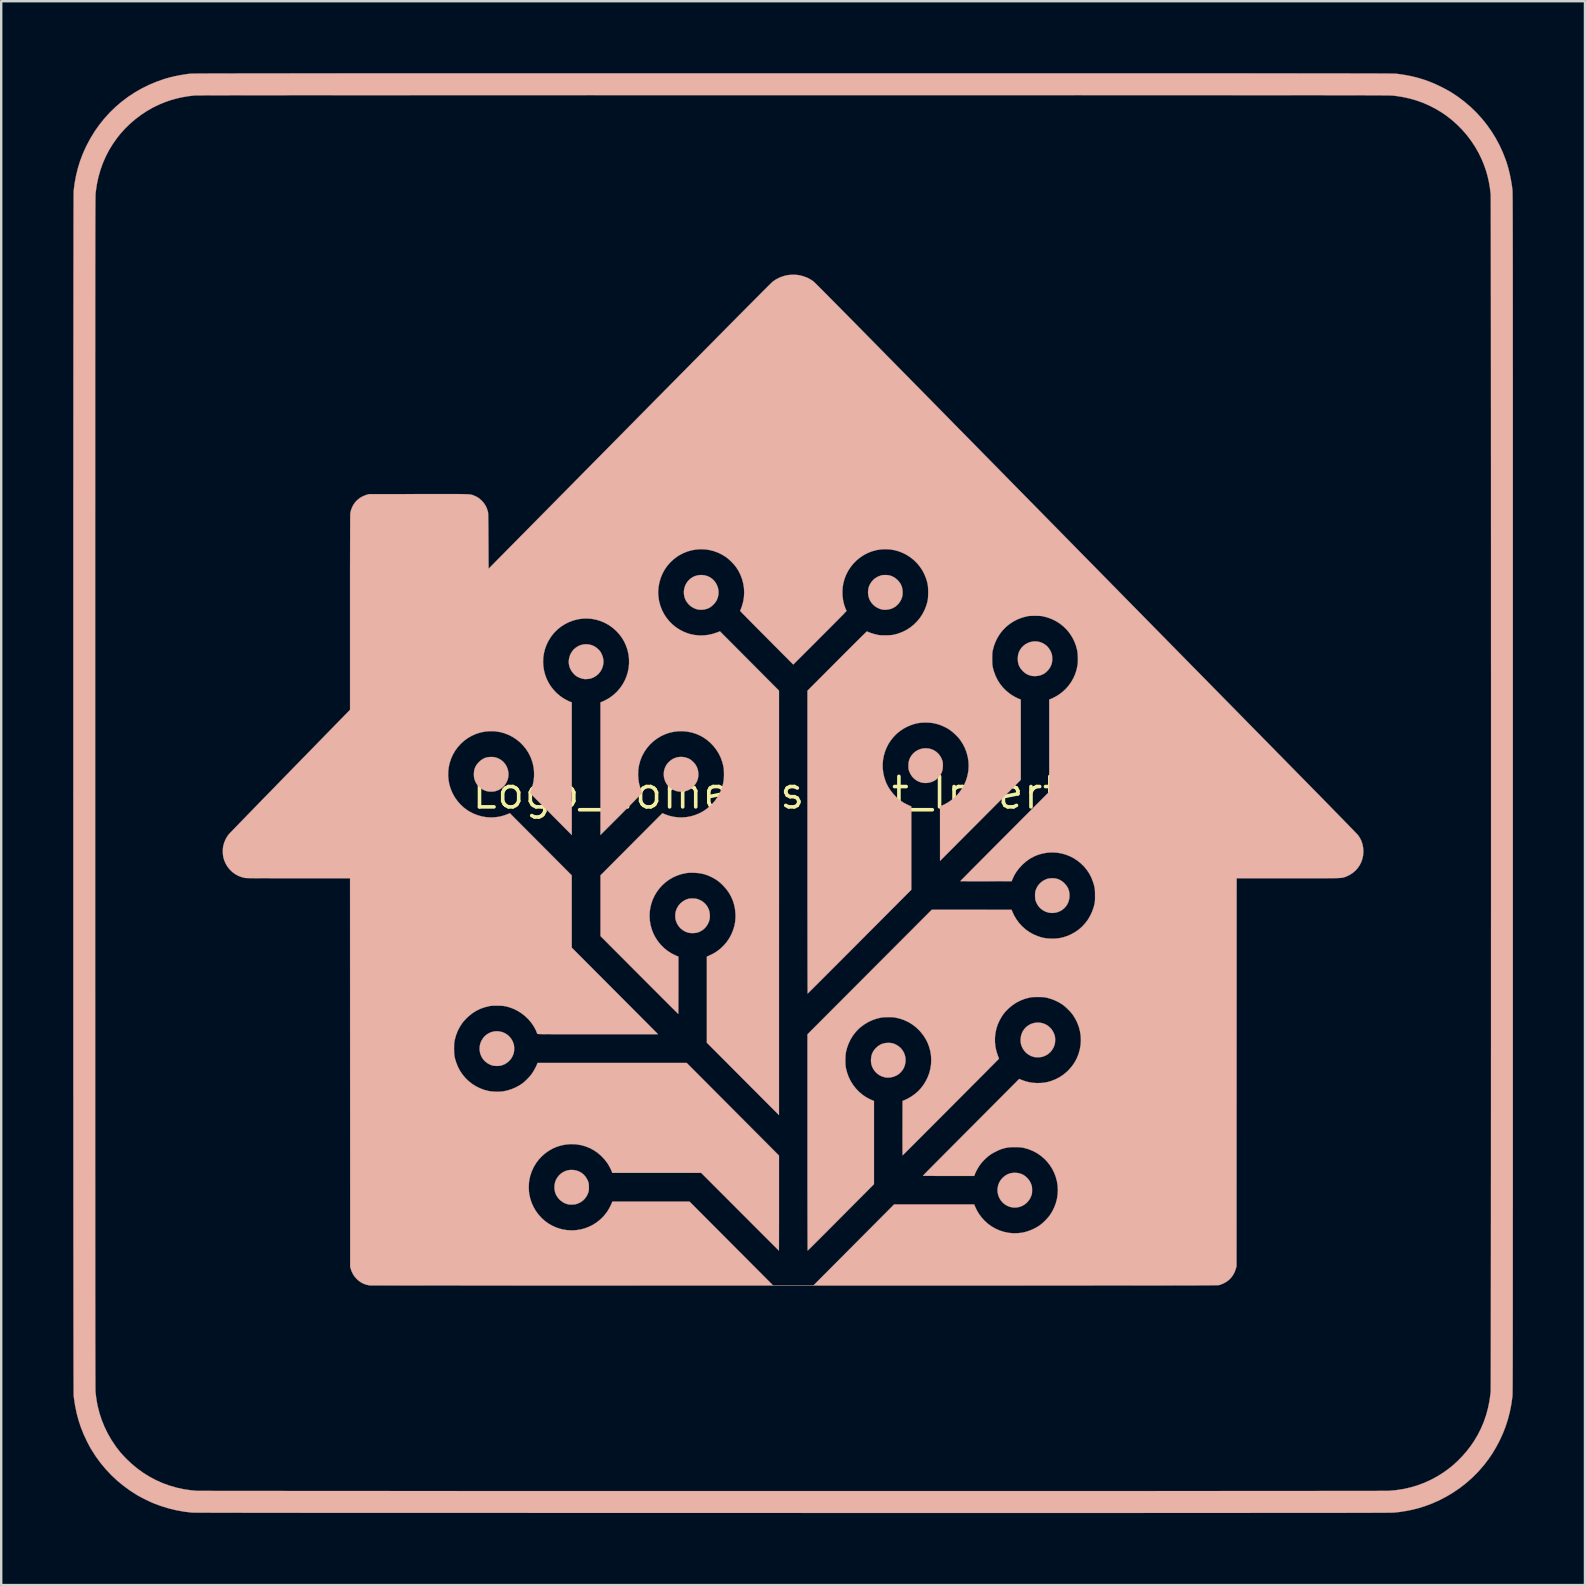
<source format=kicad_pcb>
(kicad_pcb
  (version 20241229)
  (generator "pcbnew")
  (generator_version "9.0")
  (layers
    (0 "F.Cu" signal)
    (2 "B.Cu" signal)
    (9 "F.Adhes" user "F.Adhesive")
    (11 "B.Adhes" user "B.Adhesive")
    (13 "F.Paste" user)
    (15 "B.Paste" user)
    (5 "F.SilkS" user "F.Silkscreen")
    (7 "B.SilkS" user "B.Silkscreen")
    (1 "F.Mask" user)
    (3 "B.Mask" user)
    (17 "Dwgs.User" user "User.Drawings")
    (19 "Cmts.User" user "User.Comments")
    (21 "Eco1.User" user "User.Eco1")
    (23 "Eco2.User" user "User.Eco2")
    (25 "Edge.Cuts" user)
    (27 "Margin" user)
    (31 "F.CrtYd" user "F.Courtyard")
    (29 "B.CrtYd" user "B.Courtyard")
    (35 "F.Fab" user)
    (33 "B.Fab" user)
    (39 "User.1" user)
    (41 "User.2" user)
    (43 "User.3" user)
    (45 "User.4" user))
  (footprint "Logo_HomeAssitant_Inverted"
    (layer "F.Cu")
    (at 29.994 29.993)
    (property "Reference" "Logo_HomeAssitant_Inverted" (at 0 0 0) (layer "F.SilkS") (effects (font (size 1.27 1.27) (thickness 0.15))))
    (attr board_only exclude_from_pos_files exclude_from_bom)
    (fp_poly (pts (xy -4.506 -1.485) (xy -4.389 -1.45) (xy -4.313 -1.415) (xy -4.259 -1.38) (xy -4.2 -1.332) (xy -4.141 -1.277) (xy -4.089 -1.218) (xy -4.054 -1.17) (xy -3.999 -1.067) (xy -3.962 -0.956) (xy -3.943 -0.839) (xy -3.942 -0.719) (xy -3.96 -0.602) (xy -3.964 -0.588) (xy -4.002 -0.48) (xy -4.059 -0.379) (xy -4.131 -0.288) (xy -4.215 -0.208) (xy -4.311 -0.143) (xy -4.414 -0.095) (xy -4.503 -0.069) (xy -4.588 -0.057) (xy -4.679 -0.054) (xy -4.769 -0.06) (xy -4.845 -0.074) (xy -4.959 -0.115) (xy -5.063 -0.172) (xy -5.154 -0.244) (xy -5.232 -0.329) (xy -5.295 -0.425) (xy -5.342 -0.53) (xy -5.373 -0.643) (xy -5.385 -0.761) (xy -5.378 -0.882) (xy -5.37 -0.929) (xy -5.336 -1.044) (xy -5.284 -1.151) (xy -5.214 -1.248) (xy -5.129 -1.332) (xy -5.029 -1.403) (xy -4.969 -1.436) (xy -4.859 -1.477) (xy -4.743 -1.499) (xy -4.624 -1.501) (xy -4.506 -1.485)) (stroke (width 0.01) (type solid)) (fill yes) (layer "B.SilkS"))
    (fp_poly (pts (xy -12.506 -1.499) (xy -12.408 -1.484) (xy -12.315 -1.455) (xy -12.272 -1.436) (xy -12.163 -1.373) (xy -12.071 -1.298) (xy -11.994 -1.207) (xy -11.931 -1.101) (xy -11.928 -1.095) (xy -11.884 -0.982) (xy -11.86 -0.867) (xy -11.854 -0.752) (xy -11.867 -0.64) (xy -11.897 -0.531) (xy -11.944 -0.429) (xy -12.005 -0.334) (xy -12.081 -0.25) (xy -12.17 -0.178) (xy -12.272 -0.12) (xy -12.385 -0.078) (xy -12.401 -0.073) (xy -12.482 -0.059) (xy -12.572 -0.054) (xy -12.664 -0.058) (xy -12.742 -0.069) (xy -12.844 -0.101) (xy -12.943 -0.152) (xy -13.035 -0.218) (xy -13.117 -0.296) (xy -13.186 -0.384) (xy -13.229 -0.459) (xy -13.262 -0.538) (xy -13.283 -0.615) (xy -13.294 -0.697) (xy -13.297 -0.778) (xy -13.29 -0.895) (xy -13.269 -1) (xy -13.23 -1.095) (xy -13.175 -1.185) (xy -13.099 -1.274) (xy -13.087 -1.286) (xy -13.001 -1.363) (xy -12.915 -1.421) (xy -12.825 -1.462) (xy -12.726 -1.488) (xy -12.615 -1.499) (xy -12.506 -1.499)) (stroke (width 0.01) (type solid)) (fill yes) (layer "B.SilkS"))
    (fp_poly (pts (xy -12.196 9.944) (xy -12.077 9.979) (xy -12.012 10.008) (xy -11.909 10.07) (xy -11.819 10.149) (xy -11.743 10.242) (xy -11.682 10.347) (xy -11.639 10.462) (xy -11.634 10.477) (xy -11.623 10.541) (xy -11.617 10.618) (xy -11.618 10.698) (xy -11.624 10.774) (xy -11.636 10.837) (xy -11.677 10.953) (xy -11.736 11.059) (xy -11.812 11.153) (xy -11.901 11.233) (xy -12.003 11.298) (xy -12.116 11.346) (xy -12.165 11.361) (xy -12.217 11.37) (xy -12.283 11.375) (xy -12.355 11.376) (xy -12.426 11.373) (xy -12.488 11.365) (xy -12.514 11.36) (xy -12.615 11.326) (xy -12.713 11.274) (xy -12.805 11.208) (xy -12.885 11.13) (xy -12.902 11.109) (xy -12.969 11.01) (xy -13.018 10.902) (xy -13.048 10.787) (xy -13.06 10.67) (xy -13.053 10.551) (xy -13.026 10.435) (xy -12.987 10.336) (xy -12.923 10.229) (xy -12.845 10.136) (xy -12.752 10.059) (xy -12.647 9.998) (xy -12.557 9.963) (xy -12.437 9.935) (xy -12.316 9.929) (xy -12.196 9.944)) (stroke (width 0.01) (type solid)) (fill yes) (layer "B.SilkS"))
    (fp_poly (pts (xy 4.062 10.418) (xy 4.139 10.43) (xy 4.214 10.453) (xy 4.292 10.488) (xy 4.395 10.55) (xy 4.485 10.626) (xy 4.559 10.715) (xy 4.619 10.814) (xy 4.661 10.922) (xy 4.686 11.035) (xy 4.693 11.152) (xy 4.681 11.27) (xy 4.652 11.378) (xy 4.618 11.462) (xy 4.574 11.537) (xy 4.517 11.609) (xy 4.476 11.653) (xy 4.43 11.697) (xy 4.388 11.73) (xy 4.342 11.759) (xy 4.296 11.783) (xy 4.183 11.828) (xy 4.068 11.855) (xy 3.954 11.863) (xy 3.845 11.853) (xy 3.842 11.852) (xy 3.72 11.818) (xy 3.609 11.766) (xy 3.51 11.697) (xy 3.423 11.612) (xy 3.351 11.511) (xy 3.317 11.447) (xy 3.281 11.359) (xy 3.26 11.271) (xy 3.251 11.175) (xy 3.252 11.098) (xy 3.265 10.981) (xy 3.293 10.876) (xy 3.337 10.781) (xy 3.4 10.691) (xy 3.465 10.62) (xy 3.556 10.542) (xy 3.653 10.482) (xy 3.757 10.442) (xy 3.87 10.42) (xy 3.974 10.414) (xy 4.062 10.418)) (stroke (width 0.01) (type solid)) (fill yes) (layer "B.SilkS"))
    (fp_poly (pts (xy 10.926 3.561) (xy 11.035 3.587) (xy 11.137 3.631) (xy 11.233 3.695) (xy 11.314 3.767) (xy 11.395 3.859) (xy 11.455 3.956) (xy 11.496 4.058) (xy 11.519 4.17) (xy 11.525 4.276) (xy 11.515 4.401) (xy 11.486 4.519) (xy 11.439 4.628) (xy 11.374 4.727) (xy 11.293 4.814) (xy 11.197 4.887) (xy 11.128 4.926) (xy 11.024 4.968) (xy 10.911 4.994) (xy 10.797 5.002) (xy 10.687 4.993) (xy 10.673 4.991) (xy 10.552 4.957) (xy 10.441 4.905) (xy 10.342 4.835) (xy 10.292 4.79) (xy 10.217 4.702) (xy 10.158 4.601) (xy 10.125 4.526) (xy 10.111 4.485) (xy 10.101 4.448) (xy 10.095 4.41) (xy 10.091 4.363) (xy 10.088 4.307) (xy 10.088 4.221) (xy 10.093 4.15) (xy 10.106 4.085) (xy 10.128 4.021) (xy 10.149 3.972) (xy 10.209 3.864) (xy 10.284 3.773) (xy 10.373 3.695) (xy 10.414 3.667) (xy 10.51 3.614) (xy 10.604 3.578) (xy 10.704 3.559) (xy 10.806 3.553) (xy 10.926 3.561)) (stroke (width 0.01) (type solid)) (fill yes) (layer "B.SilkS"))
    (fp_poly (pts (xy -3.683 -9.069) (xy -3.569 -9.038) (xy -3.469 -8.992) (xy -3.371 -8.926) (xy -3.287 -8.845) (xy -3.217 -8.752) (xy -3.162 -8.649) (xy -3.124 -8.54) (xy -3.104 -8.425) (xy -3.102 -8.309) (xy -3.12 -8.193) (xy -3.121 -8.191) (xy -3.152 -8.091) (xy -3.192 -8.005) (xy -3.247 -7.925) (xy -3.312 -7.852) (xy -3.377 -7.792) (xy -3.437 -7.745) (xy -3.499 -7.709) (xy -3.571 -7.679) (xy -3.602 -7.668) (xy -3.689 -7.646) (xy -3.785 -7.635) (xy -3.882 -7.635) (xy -3.971 -7.646) (xy -3.974 -7.647) (xy -4.017 -7.659) (xy -4.07 -7.678) (xy -4.124 -7.7) (xy -4.148 -7.712) (xy -4.248 -7.772) (xy -4.337 -7.849) (xy -4.413 -7.939) (xy -4.474 -8.04) (xy -4.517 -8.148) (xy -4.524 -8.175) (xy -4.544 -8.296) (xy -4.545 -8.416) (xy -4.526 -8.533) (xy -4.489 -8.644) (xy -4.436 -8.747) (xy -4.366 -8.841) (xy -4.281 -8.923) (xy -4.182 -8.991) (xy -4.144 -9.011) (xy -4.035 -9.053) (xy -3.92 -9.077) (xy -3.801 -9.082) (xy -3.683 -9.069)) (stroke (width 0.01) (type solid)) (fill yes) (layer "B.SilkS"))
    (fp_poly (pts (xy 10.233 -6.302) (xy 10.345 -6.269) (xy 10.381 -6.254) (xy 10.492 -6.192) (xy 10.586 -6.117) (xy 10.665 -6.027) (xy 10.729 -5.923) (xy 10.766 -5.838) (xy 10.781 -5.795) (xy 10.791 -5.758) (xy 10.797 -5.717) (xy 10.801 -5.667) (xy 10.803 -5.625) (xy 10.803 -5.535) (xy 10.796 -5.457) (xy 10.78 -5.385) (xy 10.753 -5.312) (xy 10.73 -5.26) (xy 10.684 -5.184) (xy 10.623 -5.107) (xy 10.552 -5.037) (xy 10.477 -4.979) (xy 10.428 -4.95) (xy 10.322 -4.906) (xy 10.207 -4.878) (xy 10.089 -4.868) (xy 9.973 -4.875) (xy 9.898 -4.89) (xy 9.802 -4.922) (xy 9.716 -4.967) (xy 9.634 -5.027) (xy 9.577 -5.08) (xy 9.499 -5.168) (xy 9.44 -5.26) (xy 9.399 -5.357) (xy 9.376 -5.464) (xy 9.368 -5.582) (xy 9.369 -5.629) (xy 9.381 -5.748) (xy 9.41 -5.855) (xy 9.456 -5.953) (xy 9.522 -6.046) (xy 9.585 -6.114) (xy 9.676 -6.189) (xy 9.778 -6.247) (xy 9.887 -6.288) (xy 10.001 -6.311) (xy 10.118 -6.316) (xy 10.233 -6.302)) (stroke (width 0.01) (type solid)) (fill yes) (layer "B.SilkS"))
    (fp_poly (pts (xy 9.369 15.837) (xy 9.482 15.864) (xy 9.587 15.909) (xy 9.683 15.973) (xy 9.774 16.056) (xy 9.776 16.059) (xy 9.852 16.154) (xy 9.909 16.258) (xy 9.94 16.341) (xy 9.95 16.38) (xy 9.958 16.416) (xy 9.962 16.457) (xy 9.964 16.509) (xy 9.964 16.558) (xy 9.963 16.617) (xy 9.961 16.661) (xy 9.957 16.696) (xy 9.95 16.729) (xy 9.939 16.765) (xy 9.931 16.786) (xy 9.881 16.898) (xy 9.815 16.998) (xy 9.735 17.084) (xy 9.644 17.156) (xy 9.542 17.213) (xy 9.433 17.253) (xy 9.318 17.275) (xy 9.199 17.277) (xy 9.148 17.272) (xy 9.03 17.246) (xy 8.922 17.202) (xy 8.824 17.142) (xy 8.738 17.068) (xy 8.665 16.983) (xy 8.605 16.887) (xy 8.561 16.783) (xy 8.533 16.673) (xy 8.523 16.558) (xy 8.531 16.441) (xy 8.557 16.331) (xy 8.598 16.228) (xy 8.654 16.135) (xy 8.728 16.048) (xy 8.742 16.033) (xy 8.836 15.954) (xy 8.937 15.894) (xy 9.045 15.853) (xy 9.162 15.832) (xy 9.245 15.828) (xy 9.369 15.837)) (stroke (width 0.01) (type solid)) (fill yes) (layer "B.SilkS"))
    (fp_poly (pts (xy 10.302 9.575) (xy 10.416 9.6) (xy 10.524 9.643) (xy 10.624 9.702) (xy 10.713 9.778) (xy 10.79 9.867) (xy 10.851 9.97) (xy 10.853 9.975) (xy 10.875 10.023) (xy 10.895 10.073) (xy 10.909 10.114) (xy 10.913 10.128) (xy 10.921 10.185) (xy 10.926 10.254) (xy 10.925 10.328) (xy 10.92 10.4) (xy 10.911 10.461) (xy 10.907 10.477) (xy 10.865 10.593) (xy 10.806 10.698) (xy 10.732 10.792) (xy 10.643 10.872) (xy 10.543 10.936) (xy 10.432 10.983) (xy 10.386 10.996) (xy 10.323 11.008) (xy 10.249 11.015) (xy 10.173 11.016) (xy 10.102 11.012) (xy 10.044 11.003) (xy 10.038 11.002) (xy 9.915 10.959) (xy 9.807 10.9) (xy 9.712 10.826) (xy 9.632 10.736) (xy 9.567 10.632) (xy 9.561 10.62) (xy 9.521 10.528) (xy 9.497 10.44) (xy 9.486 10.349) (xy 9.486 10.255) (xy 9.502 10.132) (xy 9.537 10.017) (xy 9.589 9.911) (xy 9.658 9.817) (xy 9.741 9.735) (xy 9.838 9.668) (xy 9.947 9.616) (xy 10.065 9.583) (xy 10.184 9.569) (xy 10.302 9.575)) (stroke (width 0.01) (type solid)) (fill yes) (layer "B.SilkS"))
    (fp_poly (pts (xy 5.653 -1.853) (xy 5.769 -1.823) (xy 5.877 -1.776) (xy 5.976 -1.711) (xy 6.062 -1.631) (xy 6.135 -1.537) (xy 6.193 -1.429) (xy 6.219 -1.36) (xy 6.232 -1.317) (xy 6.241 -1.279) (xy 6.245 -1.237) (xy 6.248 -1.186) (xy 6.248 -1.148) (xy 6.243 -1.032) (xy 6.224 -0.929) (xy 6.19 -0.835) (xy 6.139 -0.748) (xy 6.07 -0.662) (xy 6.038 -0.629) (xy 5.992 -0.583) (xy 5.953 -0.55) (xy 5.918 -0.524) (xy 5.878 -0.502) (xy 5.852 -0.489) (xy 5.735 -0.444) (xy 5.614 -0.419) (xy 5.494 -0.414) (xy 5.374 -0.429) (xy 5.358 -0.433) (xy 5.241 -0.472) (xy 5.135 -0.529) (xy 5.04 -0.603) (xy 4.959 -0.691) (xy 4.893 -0.793) (xy 4.843 -0.906) (xy 4.84 -0.915) (xy 4.827 -0.956) (xy 4.819 -0.993) (xy 4.814 -1.032) (xy 4.812 -1.081) (xy 4.811 -1.132) (xy 4.814 -1.23) (xy 4.827 -1.314) (xy 4.85 -1.393) (xy 4.884 -1.471) (xy 4.947 -1.572) (xy 5.025 -1.661) (xy 5.117 -1.735) (xy 5.22 -1.793) (xy 5.331 -1.835) (xy 5.449 -1.858) (xy 5.53 -1.863) (xy 5.653 -1.853)) (stroke (width 0.01) (type solid)) (fill yes) (layer "B.SilkS"))
    (fp_poly (pts (xy 3.88 -9.081) (xy 3.946 -9.077) (xy 4.003 -9.07) (xy 4.027 -9.065) (xy 4.141 -9.025) (xy 4.247 -8.965) (xy 4.343 -8.887) (xy 4.355 -8.875) (xy 4.434 -8.787) (xy 4.493 -8.697) (xy 4.534 -8.601) (xy 4.559 -8.495) (xy 4.569 -8.397) (xy 4.569 -8.293) (xy 4.557 -8.2) (xy 4.532 -8.113) (xy 4.498 -8.035) (xy 4.432 -7.928) (xy 4.353 -7.836) (xy 4.262 -7.76) (xy 4.159 -7.701) (xy 4.046 -7.66) (xy 3.926 -7.639) (xy 3.884 -7.636) (xy 3.838 -7.634) (xy 3.798 -7.634) (xy 3.77 -7.635) (xy 3.762 -7.636) (xy 3.74 -7.641) (xy 3.706 -7.648) (xy 3.683 -7.653) (xy 3.647 -7.662) (xy 3.601 -7.679) (xy 3.551 -7.7) (xy 3.527 -7.711) (xy 3.426 -7.771) (xy 3.337 -7.847) (xy 3.261 -7.938) (xy 3.2 -8.04) (xy 3.169 -8.116) (xy 3.138 -8.236) (xy 3.127 -8.358) (xy 3.137 -8.479) (xy 3.166 -8.597) (xy 3.201 -8.68) (xy 3.264 -8.785) (xy 3.343 -8.877) (xy 3.436 -8.954) (xy 3.541 -9.015) (xy 3.657 -9.059) (xy 3.702 -9.071) (xy 3.751 -9.078) (xy 3.813 -9.081) (xy 3.88 -9.081)) (stroke (width 0.01) (type solid)) (fill yes) (layer "B.SilkS"))
    (fp_poly (pts (xy -9.131 15.713) (xy -9.012 15.737) (xy -8.902 15.779) (xy -8.801 15.838) (xy -8.711 15.914) (xy -8.634 16.006) (xy -8.571 16.111) (xy -8.532 16.202) (xy -8.521 16.237) (xy -8.513 16.268) (xy -8.508 16.3) (xy -8.505 16.34) (xy -8.504 16.392) (xy -8.504 16.431) (xy -8.504 16.491) (xy -8.506 16.536) (xy -8.509 16.572) (xy -8.515 16.602) (xy -8.524 16.634) (xy -8.536 16.67) (xy -8.588 16.785) (xy -8.656 16.887) (xy -8.739 16.975) (xy -8.837 17.047) (xy -8.947 17.103) (xy -8.991 17.119) (xy -9.036 17.133) (xy -9.077 17.143) (xy -9.123 17.148) (xy -9.18 17.151) (xy -9.197 17.151) (xy -9.248 17.152) (xy -9.294 17.152) (xy -9.328 17.15) (xy -9.345 17.149) (xy -9.463 17.116) (xy -9.573 17.064) (xy -9.674 16.992) (xy -9.733 16.939) (xy -9.813 16.845) (xy -9.873 16.744) (xy -9.914 16.636) (xy -9.936 16.518) (xy -9.941 16.431) (xy -9.931 16.306) (xy -9.902 16.188) (xy -9.853 16.079) (xy -9.785 15.978) (xy -9.756 15.944) (xy -9.664 15.858) (xy -9.563 15.792) (xy -9.454 15.745) (xy -9.335 15.716) (xy -9.255 15.709) (xy -9.131 15.713)) (stroke (width 0.01) (type solid)) (fill yes) (layer "B.SilkS"))
    (fp_poly (pts (xy -4.125 4.399) (xy -4.078 4.401) (xy -4.041 4.406) (xy -4.006 4.414) (xy -3.967 4.425) (xy -3.963 4.427) (xy -3.849 4.475) (xy -3.747 4.538) (xy -3.66 4.616) (xy -3.613 4.671) (xy -3.55 4.767) (xy -3.505 4.863) (xy -3.477 4.964) (xy -3.464 5.076) (xy -3.464 5.08) (xy -3.464 5.179) (xy -3.475 5.267) (xy -3.499 5.353) (xy -3.538 5.443) (xy -3.541 5.45) (xy -3.604 5.553) (xy -3.683 5.643) (xy -3.776 5.72) (xy -3.882 5.78) (xy -3.949 5.808) (xy -4.019 5.826) (xy -4.102 5.837) (xy -4.19 5.841) (xy -4.275 5.837) (xy -4.352 5.825) (xy -4.367 5.822) (xy -4.483 5.78) (xy -4.589 5.72) (xy -4.683 5.644) (xy -4.763 5.555) (xy -4.827 5.452) (xy -4.874 5.338) (xy -4.885 5.302) (xy -4.899 5.228) (xy -4.905 5.143) (xy -4.902 5.055) (xy -4.893 4.974) (xy -4.88 4.921) (xy -4.833 4.802) (xy -4.77 4.695) (xy -4.691 4.602) (xy -4.597 4.524) (xy -4.491 4.462) (xy -4.414 4.43) (xy -4.375 4.417) (xy -4.341 4.408) (xy -4.309 4.402) (xy -4.271 4.399) (xy -4.221 4.398) (xy -4.186 4.398) (xy -4.125 4.399)) (stroke (width 0.01) (type solid)) (fill yes) (layer "B.SilkS"))
    (fp_poly (pts (xy -8.542 -6.193) (xy -8.531 -6.191) (xy -8.416 -6.168) (xy -8.313 -6.129) (xy -8.218 -6.074) (xy -8.127 -5.999) (xy -8.106 -5.979) (xy -8.062 -5.933) (xy -8.029 -5.891) (xy -8 -5.845) (xy -7.976 -5.799) (xy -7.929 -5.68) (xy -7.902 -5.562) (xy -7.896 -5.444) (xy -7.912 -5.326) (xy -7.948 -5.207) (xy -7.976 -5.144) (xy -8.037 -5.043) (xy -8.114 -4.953) (xy -8.205 -4.877) (xy -8.307 -4.816) (xy -8.418 -4.772) (xy -8.435 -4.767) (xy -8.471 -4.76) (xy -8.519 -4.753) (xy -8.572 -4.748) (xy -8.624 -4.745) (xy -8.669 -4.744) (xy -8.7 -4.746) (xy -8.705 -4.747) (xy -8.727 -4.752) (xy -8.761 -4.759) (xy -8.784 -4.763) (xy -8.819 -4.773) (xy -8.866 -4.79) (xy -8.916 -4.811) (xy -8.942 -4.823) (xy -8.994 -4.849) (xy -9.035 -4.875) (xy -9.074 -4.906) (xy -9.118 -4.947) (xy -9.128 -4.957) (xy -9.21 -5.053) (xy -9.272 -5.156) (xy -9.316 -5.266) (xy -9.339 -5.382) (xy -9.343 -5.5) (xy -9.327 -5.62) (xy -9.29 -5.74) (xy -9.264 -5.798) (xy -9.204 -5.898) (xy -9.128 -5.988) (xy -9.037 -6.064) (xy -8.934 -6.125) (xy -8.864 -6.155) (xy -8.76 -6.183) (xy -8.65 -6.196) (xy -8.542 -6.193)) (stroke (width 0.01) (type solid)) (fill yes) (layer "B.SilkS"))
    (fp_poly (pts (xy 0.886 -29.988) (xy 1.747 -29.988) (xy 2.586 -29.988) (xy 3.405 -29.988) (xy 4.204 -29.988) (xy 4.984 -29.988) (xy 5.743 -29.988) (xy 6.483 -29.988) (xy 7.204 -29.988) (xy 7.906 -29.988) (xy 8.589 -29.988) (xy 9.254 -29.988) (xy 9.901 -29.988) (xy 10.53 -29.988) (xy 11.142 -29.988) (xy 11.736 -29.988) (xy 12.312 -29.988) (xy 12.872 -29.988) (xy 13.416 -29.988) (xy 13.943 -29.987) (xy 14.453 -29.987) (xy 14.948 -29.987) (xy 15.428 -29.987) (xy 15.892 -29.987) (xy 16.341 -29.987) (xy 16.775 -29.987) (xy 17.194 -29.987) (xy 17.599 -29.987) (xy 17.99 -29.987) (xy 18.368 -29.987) (xy 18.731 -29.987) (xy 19.081 -29.986) (xy 19.419 -29.986) (xy 19.743 -29.986) (xy 20.055 -29.986) (xy 20.354 -29.986) (xy 20.641 -29.986) (xy 20.917 -29.986) (xy 21.181 -29.985) (xy 21.433 -29.985) (xy 21.675 -29.985) (xy 21.906 -29.985) (xy 22.126 -29.985) (xy 22.336 -29.985) (xy 22.536 -29.984) (xy 22.726 -29.984) (xy 22.906 -29.984) (xy 23.077 -29.984) (xy 23.239 -29.983) (xy 23.393 -29.983) (xy 23.538 -29.983) (xy 23.674 -29.982) (xy 23.802 -29.982) (xy 23.923 -29.982) (xy 24.036 -29.982) (xy 24.142 -29.981) (xy 24.241 -29.981) (xy 24.333 -29.981) (xy 24.419 -29.98) (xy 24.498 -29.98) (xy 24.571 -29.979) (xy 24.639 -29.979) (xy 24.701 -29.979) (xy 24.757 -29.978) (xy 24.809 -29.978) (xy 24.856 -29.977) (xy 24.899 -29.977) (xy 24.937 -29.976) (xy 24.971 -29.976) (xy 25.002 -29.975) (xy 25.029 -29.975) (xy 25.052 -29.974) (xy 25.073 -29.974) (xy 25.091 -29.973) (xy 25.107 -29.972) (xy 25.12 -29.972) (xy 25.132 -29.971) (xy 25.141 -29.971) (xy 25.149 -29.97) (xy 25.156 -29.969) (xy 25.162 -29.969) (xy 25.461 -29.926) (xy 25.744 -29.873) (xy 26.016 -29.807) (xy 26.28 -29.728) (xy 26.539 -29.635) (xy 26.796 -29.526) (xy 27.019 -29.42) (xy 27.098 -29.38) (xy 27.18 -29.336) (xy 27.262 -29.291) (xy 27.338 -29.249) (xy 27.402 -29.212) (xy 27.428 -29.196) (xy 27.711 -29.009) (xy 27.981 -28.805) (xy 28.237 -28.587) (xy 28.477 -28.354) (xy 28.703 -28.107) (xy 28.912 -27.847) (xy 29.105 -27.575) (xy 29.281 -27.29) (xy 29.44 -26.995) (xy 29.581 -26.689) (xy 29.703 -26.373) (xy 29.739 -26.268) (xy 29.804 -26.052) (xy 29.862 -25.821) (xy 29.913 -25.579) (xy 29.955 -25.331) (xy 29.979 -25.151) (xy 29.98 -25.145) (xy 29.981 -25.138) (xy 29.981 -25.13) (xy 29.982 -25.12) (xy 29.983 -25.109) (xy 29.983 -25.095) (xy 29.984 -25.079) (xy 29.984 -25.061) (xy 29.985 -25.04) (xy 29.985 -25.016) (xy 29.986 -24.989) (xy 29.986 -24.958) (xy 29.987 -24.923) (xy 29.987 -24.885) (xy 29.988 -24.842) (xy 29.988 -24.794) (xy 29.989 -24.742) (xy 29.989 -24.685) (xy 29.99 -24.622) (xy 29.99 -24.554) (xy 29.99 -24.481) (xy 29.991 -24.401) (xy 29.991 -24.315) (xy 29.991 -24.222) (xy 29.992 -24.122) (xy 29.992 -24.016) (xy 29.992 -23.902) (xy 29.993 -23.781) (xy 29.993 -23.652) (xy 29.993 -23.514) (xy 29.994 -23.369) (xy 29.994 -23.215) (xy 29.994 -23.052) (xy 29.994 -22.88) (xy 29.995 -22.698) (xy 29.995 -22.508) (xy 29.995 -22.307) (xy 29.995 -22.096) (xy 29.996 -21.875) (xy 29.996 -21.643) (xy 29.996 -21.401) (xy 29.996 -21.147) (xy 29.996 -20.882) (xy 29.996 -20.605) (xy 29.997 -20.317) (xy 29.997 -20.016) (xy 29.997 -19.704) (xy 29.997 -19.378) (xy 29.997 -19.04) (xy 29.997 -18.688) (xy 29.997 -18.324) (xy 29.997 -17.945) (xy 29.998 -17.553) (xy 29.998 -17.146) (xy 29.998 -16.726) (xy 29.998 -16.29) (xy 29.998 -15.84) (xy 29.998 -15.375) (xy 29.998 -14.894) (xy 29.998 -14.397) (xy 29.998 -13.885) (xy 29.998 -13.356) (xy 29.998 -12.812) (xy 29.998 -12.25) (xy 29.998 -11.672) (xy 29.998 -11.076) (xy 29.998 -10.463) (xy 29.998 -9.833) (xy 29.998 -9.184) (xy 29.998 -8.517) (xy 29.998 -7.832) (xy 29.998 -7.129) (xy 29.998 -6.406) (xy 29.998 -5.664) (xy 29.998 -4.903) (xy 29.998 -4.122) (xy 29.998 -3.321) (xy 29.998 -2.5) (xy 29.998 -1.659) (xy 29.998 -0.796) (xy 29.998 0) (xy 29.998 0.881) (xy 29.998 1.742) (xy 29.998 2.582) (xy 29.998 3.401) (xy 29.998 4.2) (xy 29.998 4.98) (xy 29.998 5.739) (xy 29.998 6.48) (xy 29.998 7.201) (xy 29.998 7.903) (xy 29.998 8.586) (xy 29.998 9.252) (xy 29.998 9.899) (xy 29.998 10.528) (xy 29.998 11.139) (xy 29.998 11.734) (xy 29.998 12.311) (xy 29.998 12.871) (xy 29.998 13.414) (xy 29.998 13.941) (xy 29.998 14.453) (xy 29.998 14.948) (xy 29.998 15.427) (xy 29.998 15.891) (xy 29.998 16.341) (xy 29.998 16.775) (xy 29.998 17.194) (xy 29.997 17.6) (xy 29.997 17.991) (xy 29.997 18.368) (xy 29.997 18.732) (xy 29.997 19.082) (xy 29.997 19.419) (xy 29.997 19.744) (xy 29.997 20.056) (xy 29.996 20.355) (xy 29.996 20.643) (xy 29.996 20.918) (xy 29.996 21.182) (xy 29.996 21.435) (xy 29.996 21.677) (xy 29.995 21.907) (xy 29.995 22.128) (xy 29.995 22.338) (xy 29.995 22.537) (xy 29.995 22.728) (xy 29.994 22.908) (xy 29.994 23.079) (xy 29.994 23.241) (xy 29.994 23.395) (xy 29.993 23.539) (xy 29.993 23.676) (xy 29.993 23.804) (xy 29.992 23.925) (xy 29.992 24.038) (xy 29.992 24.144) (xy 29.991 24.243) (xy 29.991 24.335) (xy 29.991 24.42) (xy 29.99 24.499) (xy 29.99 24.572) (xy 29.989 24.64) (xy 29.989 24.702) (xy 29.989 24.758) (xy 29.988 24.81) (xy 29.988 24.857) (xy 29.987 24.899) (xy 29.987 24.937) (xy 29.986 24.971) (xy 29.986 25.001) (xy 29.985 25.028) (xy 29.985 25.052) (xy 29.984 25.072) (xy 29.984 25.09) (xy 29.983 25.105) (xy 29.982 25.118) (xy 29.982 25.129) (xy 29.981 25.139) (xy 29.981 25.146) (xy 29.98 25.153) (xy 29.98 25.155) (xy 29.933 25.486) (xy 29.869 25.805) (xy 29.789 26.114) (xy 29.691 26.415) (xy 29.575 26.71) (xy 29.442 26.998) (xy 29.298 27.269) (xy 29.146 27.523) (xy 28.981 27.765) (xy 28.802 27.999) (xy 28.606 28.227) (xy 28.538 28.301) (xy 28.305 28.535) (xy 28.056 28.755) (xy 27.795 28.959) (xy 27.52 29.147) (xy 27.235 29.318) (xy 26.94 29.472) (xy 26.636 29.607) (xy 26.325 29.723) (xy 26.055 29.807) (xy 25.813 29.868) (xy 25.558 29.919) (xy 25.299 29.96) (xy 25.051 29.988) (xy 25.043 29.988) (xy 25.032 29.989) (xy 25.017 29.989) (xy 24.999 29.99) (xy 24.978 29.99) (xy 24.952 29.991) (xy 24.922 29.991) (xy 24.888 29.992) (xy 24.849 29.992) (xy 24.805 29.993) (xy 24.756 29.993) (xy 24.701 29.994) (xy 24.641 29.994) (xy 24.574 29.994) (xy 24.502 29.995) (xy 24.423 29.995) (xy 24.337 29.995) (xy 24.244 29.996) (xy 24.144 29.996) (xy 24.037 29.997) (xy 23.922 29.997) (xy 23.798 29.997) (xy 23.667 29.997) (xy 23.527 29.998) (xy 23.379 29.998) (xy 23.222 29.998) (xy 23.055 29.999) (xy 22.879 29.999) (xy 22.693 29.999) (xy 22.498 29.999) (xy 22.292 30) (xy 22.075 30) (xy 21.848 30) (xy 21.611 30) (xy 21.362 30) (xy 21.101 30.001) (xy 20.829 30.001) (xy 20.545 30.001) (xy 20.249 30.001) (xy 19.94 30.001) (xy 19.619 30.001) (xy 19.285 30.001) (xy 18.937 30.002) (xy 18.577 30.002) (xy 18.202 30.002) (xy 17.814 30.002) (xy 17.411 30.002) (xy 16.995 30.002) (xy 16.563 30.002) (xy 16.117 30.002) (xy 15.655 30.002) (xy 15.178 30.002) (xy 14.686 30.002) (xy 14.177 30.003) (xy 13.653 30.003) (xy 13.112 30.003) (xy 12.554 30.003) (xy 11.98 30.003) (xy 11.389 30.003) (xy 10.78 30.003) (xy 10.153 30.003) (xy 9.509 30.003) (xy 8.846 30.003) (xy 8.166 30.003) (xy 7.466 30.003) (xy 6.748 30.003) (xy 6.011 30.003) (xy 5.254 30.003) (xy 4.478 30.003) (xy 3.681 30.003) (xy 2.865 30.003) (xy 2.029 30.003) (xy 1.171 30.003) (xy 0.293 30.002) (xy -0.016 30.002) (xy -0.913 30.002) (xy -1.789 30.002) (xy -2.645 30.002) (xy -3.48 30.002) (xy -4.295 30.002) (xy -5.09 30.002) (xy -5.865 30.002) (xy -6.621 30.002) (xy -7.357 30.002) (xy -8.075 30.002) (xy -8.773 30.002) (xy -9.453 30.002) (xy -10.114 30.002) (xy -10.758 30.002) (xy -11.383 30.001) (xy -11.991 30.001) (xy -12.581 30.001) (xy -13.155 30.001) (xy -13.711 30.001) (xy -14.25 30.001) (xy -14.773 30.001) (xy -15.28 30.001) (xy -15.771 30.001) (xy -16.246 30.001) (xy -16.705 30) (xy -17.149 30) (xy -17.578 30) (xy -17.992 30) (xy -18.392 30) (xy -18.777 30) (xy -19.147 29.999) (xy -19.504 29.999) (xy -19.848 29.999) (xy -20.178 29.999) (xy -20.494 29.999) (xy -20.798 29.998) (xy -21.089 29.998) (xy -21.367 29.998) (xy -21.633 29.998) (xy -21.887 29.998) (xy -22.129 29.997) (xy -22.36 29.997) (xy -22.579 29.997) (xy -22.787 29.997) (xy -22.984 29.996) (xy -23.171 29.996) (xy -23.347 29.996) (xy -23.513 29.995) (xy -23.669 29.995) (xy -23.815 29.995) (xy -23.952 29.994) (xy -24.079 29.994) (xy -24.198 29.994) (xy -24.308 29.993) (xy -24.409 29.993) (xy -24.502 29.993) (xy -24.586 29.992) (xy -24.663 29.992) (xy -24.733 29.991) (xy -24.795 29.991) (xy -24.849 29.991) (xy -24.897 29.99) (xy -24.938 29.99) (xy -24.973 29.989) (xy -25.002 29.989) (xy -25.024 29.988) (xy -25.041 29.988) (xy -25.052 29.987) (xy -25.056 29.987) (xy -25.382 29.948) (xy -25.709 29.888) (xy -26.034 29.808) (xy -26.354 29.709) (xy -26.617 29.611) (xy -26.691 29.581) (xy -26.778 29.541) (xy -26.874 29.496) (xy -26.975 29.447) (xy -27.075 29.397) (xy -27.171 29.347) (xy -27.257 29.301) (xy -27.328 29.26) (xy -27.338 29.255) (xy -27.628 29.069) (xy -27.904 28.868) (xy -28.165 28.652) (xy -28.411 28.421) (xy -28.642 28.174) (xy -28.858 27.914) (xy -29.059 27.638) (xy -29.244 27.348) (xy -29.271 27.302) (xy -29.305 27.241) (xy -29.342 27.171) (xy -29.381 27.096) (xy -29.419 27.022) (xy -29.431 26.998) (xy -29.563 26.714) (xy -29.677 26.426) (xy -29.773 26.133) (xy -29.853 25.832) (xy -29.916 25.521) (xy -29.964 25.198) (xy -29.974 25.109) (xy -29.975 25.094) (xy -29.975 25.058) (xy -29.976 25.001) (xy -29.976 24.924) (xy -29.977 24.828) (xy -29.977 24.712) (xy -29.977 24.577) (xy -29.978 24.424) (xy -29.978 24.252) (xy -29.979 24.062) (xy -29.979 23.855) (xy -29.98 23.631) (xy -29.98 23.389) (xy -29.98 23.131) (xy -29.981 22.857) (xy -29.981 22.567) (xy -29.982 22.262) (xy -29.982 21.941) (xy -29.982 21.606) (xy -29.983 21.256) (xy -29.983 20.892) (xy -29.983 20.515) (xy -29.984 20.124) (xy -29.984 19.721) (xy -29.984 19.305) (xy -29.985 18.876) (xy -29.985 18.436) (xy -29.985 17.984) (xy -29.985 17.521) (xy -29.986 17.047) (xy -29.986 16.563) (xy -29.986 16.068) (xy -29.986 15.564) (xy -29.987 15.05) (xy -29.987 14.528) (xy -29.987 13.996) (xy -29.987 13.457) (xy -29.987 12.909) (xy -29.988 12.354) (xy -29.988 11.792) (xy -29.988 11.222) (xy -29.988 10.646) (xy -29.988 10.064) (xy -29.988 9.476) (xy -29.989 8.883) (xy -29.989 8.285) (xy -29.989 7.682) (xy -29.989 7.074) (xy -29.989 6.462) (xy -29.989 5.847) (xy -29.989 5.228) (xy -29.989 4.607) (xy -29.989 3.983) (xy -29.989 3.356) (xy -29.989 2.728) (xy -29.989 2.098) (xy -29.989 1.467) (xy -29.989 0.835) (xy -29.989 0.203) (xy -29.989 -0.43) (xy -29.989 -0.713) (xy -29.078 -0.713) (xy -29.078 0) (xy -29.078 0.901) (xy -29.078 1.782) (xy -29.078 2.641) (xy -29.078 3.481) (xy -29.078 4.299) (xy -29.078 5.098) (xy -29.078 5.877) (xy -29.078 6.637) (xy -29.078 7.377) (xy -29.078 8.098) (xy -29.077 8.8) (xy -29.077 9.484) (xy -29.077 10.149) (xy -29.077 10.796) (xy -29.077 11.424) (xy -29.077 12.035) (xy -29.077 12.629) (xy -29.077 13.205) (xy -29.077 13.764) (xy -29.077 14.307) (xy -29.077 14.832) (xy -29.077 15.342) (xy -29.077 15.835) (xy -29.076 16.312) (xy -29.076 16.773) (xy -29.076 17.219) (xy -29.076 17.65) (xy -29.076 18.065) (xy -29.076 18.466) (xy -29.076 18.852) (xy -29.075 19.224) (xy -29.075 19.582) (xy -29.075 19.926) (xy -29.075 20.256) (xy -29.075 20.573) (xy -29.075 20.876) (xy -29.074 21.167) (xy -29.074 21.445) (xy -29.074 21.71) (xy -29.074 21.963) (xy -29.073 22.204) (xy -29.073 22.433) (xy -29.073 22.65) (xy -29.073 22.856) (xy -29.072 23.051) (xy -29.072 23.234) (xy -29.072 23.408) (xy -29.071 23.57) (xy -29.071 23.722) (xy -29.071 23.865) (xy -29.071 23.997) (xy -29.07 24.12) (xy -29.07 24.234) (xy -29.069 24.338) (xy -29.069 24.433) (xy -29.069 24.52) (xy -29.068 24.599) (xy -29.068 24.669) (xy -29.068 24.731) (xy -29.067 24.785) (xy -29.067 24.832) (xy -29.066 24.872) (xy -29.066 24.904) (xy -29.065 24.929) (xy -29.065 24.948) (xy -29.064 24.961) (xy -29.064 24.966) (xy -29.044 25.137) (xy -29.02 25.302) (xy -28.994 25.454) (xy -28.976 25.543) (xy -28.9 25.842) (xy -28.804 26.134) (xy -28.689 26.418) (xy -28.555 26.693) (xy -28.402 26.959) (xy -28.231 27.215) (xy -28.191 27.269) (xy -28.123 27.359) (xy -28.06 27.439) (xy -27.998 27.513) (xy -27.932 27.586) (xy -27.859 27.664) (xy -27.778 27.748) (xy -27.553 27.961) (xy -27.316 28.157) (xy -27.068 28.336) (xy -26.81 28.496) (xy -26.542 28.638) (xy -26.265 28.761) (xy -25.98 28.865) (xy -25.687 28.95) (xy -25.388 29.015) (xy -25.083 29.06) (xy -24.822 29.082) (xy -24.806 29.082) (xy -24.769 29.083) (xy -24.711 29.083) (xy -24.633 29.083) (xy -24.536 29.084) (xy -24.419 29.084) (xy -24.283 29.084) (xy -24.128 29.085) (xy -23.955 29.085) (xy -23.765 29.085) (xy -23.556 29.085) (xy -23.331 29.086) (xy -23.088 29.086) (xy -22.83 29.086) (xy -22.554 29.086) (xy -22.264 29.087) (xy -21.957 29.087) (xy -21.636 29.087) (xy -21.3 29.087) (xy -20.95 29.088) (xy -20.586 29.088) (xy -20.208 29.088) (xy -19.817 29.088) (xy -19.413 29.089) (xy -18.996 29.089) (xy -18.567 29.089) (xy -18.127 29.089) (xy -17.674 29.089) (xy -17.211 29.089) (xy -16.737 29.09) (xy -16.253 29.09) (xy -15.759 29.09) (xy -15.255 29.09) (xy -14.742 29.09) (xy -14.219 29.09) (xy -13.688 29.091) (xy -13.149 29.091) (xy -12.602 29.091) (xy -12.048 29.091) (xy -11.487 29.091) (xy -10.918 29.091) (xy -10.343 29.091) (xy -9.763 29.091) (xy -9.176 29.091) (xy -8.584 29.092) (xy -7.987 29.092) (xy -7.386 29.092) (xy -6.78 29.092) (xy -6.17 29.092) (xy -5.557 29.092) (xy -4.94 29.092) (xy -4.321 29.092) (xy -3.699 29.092) (xy -3.075 29.092) (xy -2.45 29.092) (xy -1.823 29.092) (xy -1.194 29.092) (xy -0.566 29.092) (xy 0.063 29.092) (xy 0.692 29.092) (xy 1.321 29.092) (xy 1.949 29.092) (xy 2.576 29.092) (xy 3.201 29.092) (xy 3.825 29.092) (xy 4.446 29.092) (xy 5.065 29.092) (xy 5.68 29.092) (xy 6.293 29.092) (xy 6.902 29.092) (xy 7.507 29.092) (xy 8.107 29.092) (xy 8.703 29.092) (xy 9.294 29.092) (xy 9.879 29.092) (xy 10.459 29.091) (xy 11.032 29.091) (xy 11.599 29.091) (xy 12.159 29.091) (xy 12.712 29.091) (xy 13.257 29.091) (xy 13.794 29.091) (xy 14.323 29.091) (xy 14.843 29.091) (xy 15.354 29.09) (xy 15.856 29.09) (xy 16.348 29.09) (xy 16.83 29.09) (xy 17.302 29.09) (xy 17.762 29.09) (xy 18.212 29.089) (xy 18.65 29.089) (xy 19.076 29.089) (xy 19.49 29.089) (xy 19.891 29.089) (xy 20.279 29.088) (xy 20.654 29.088) (xy 21.015 29.088) (xy 21.362 29.088) (xy 21.695 29.088) (xy 22.013 29.087) (xy 22.316 29.087) (xy 22.603 29.087) (xy 22.874 29.087) (xy 23.13 29.086) (xy 23.368 29.086) (xy 23.59 29.086) (xy 23.794 29.086) (xy 23.981 29.085) (xy 24.15 29.085) (xy 24.3 29.085) (xy 24.432 29.084) (xy 24.544 29.084) (xy 24.637 29.084) (xy 24.711 29.083) (xy 24.764 29.083) (xy 24.796 29.083) (xy 24.807 29.083) (xy 25.124 29.055) (xy 25.433 29.007) (xy 25.734 28.94) (xy 26.027 28.853) (xy 26.312 28.746) (xy 26.59 28.62) (xy 26.859 28.474) (xy 27.12 28.309) (xy 27.306 28.175) (xy 27.509 28.012) (xy 27.706 27.831) (xy 27.896 27.635) (xy 28.075 27.43) (xy 28.24 27.217) (xy 28.388 27.001) (xy 28.389 26.998) (xy 28.542 26.739) (xy 28.676 26.472) (xy 28.791 26.199) (xy 28.888 25.916) (xy 28.966 25.624) (xy 29.027 25.322) (xy 29.07 25.009) (xy 29.075 24.961) (xy 29.075 24.945) (xy 29.076 24.909) (xy 29.076 24.852) (xy 29.077 24.775) (xy 29.077 24.678) (xy 29.078 24.562) (xy 29.078 24.426) (xy 29.078 24.273) (xy 29.079 24.101) (xy 29.079 23.91) (xy 29.08 23.703) (xy 29.08 23.478) (xy 29.081 23.236) (xy 29.081 22.978) (xy 29.081 22.703) (xy 29.082 22.413) (xy 29.082 22.108) (xy 29.082 21.787) (xy 29.083 21.451) (xy 29.083 21.102) (xy 29.083 20.738) (xy 29.084 20.36) (xy 29.084 19.969) (xy 29.084 19.566) (xy 29.085 19.149) (xy 29.085 18.721) (xy 29.085 18.281) (xy 29.086 17.829) (xy 29.086 17.366) (xy 29.086 16.892) (xy 29.086 16.408) (xy 29.087 15.914) (xy 29.087 15.41) (xy 29.087 14.896) (xy 29.087 14.374) (xy 29.087 13.843) (xy 29.088 13.304) (xy 29.088 12.757) (xy 29.088 12.202) (xy 29.088 11.64) (xy 29.088 11.072) (xy 29.089 10.496) (xy 29.089 9.915) (xy 29.089 9.328) (xy 29.089 8.736) (xy 29.089 8.138) (xy 29.089 7.536) (xy 29.089 6.929) (xy 29.089 6.319) (xy 29.089 5.704) (xy 29.09 5.087) (xy 29.09 4.467) (xy 29.09 3.844) (xy 29.09 3.219) (xy 29.09 2.592) (xy 29.09 1.963) (xy 29.09 1.334) (xy 29.09 0.704) (xy 29.09 0.073) (xy 29.09 -0.558) (xy 29.09 -1.188) (xy 29.09 -1.818) (xy 29.09 -2.446) (xy 29.09 -3.074) (xy 29.09 -3.699) (xy 29.09 -4.323) (xy 29.09 -4.943) (xy 29.089 -5.562) (xy 29.089 -6.176) (xy 29.089 -6.788) (xy 29.089 -7.395) (xy 29.089 -7.999) (xy 29.089 -8.597) (xy 29.089 -9.191) (xy 29.089 -9.779) (xy 29.089 -10.362) (xy 29.088 -10.938) (xy 29.088 -11.508) (xy 29.088 -12.072) (xy 29.088 -12.628) (xy 29.088 -13.177) (xy 29.088 -13.718) (xy 29.087 -14.25) (xy 29.087 -14.774) (xy 29.087 -15.29) (xy 29.087 -15.796) (xy 29.086 -16.292) (xy 29.086 -16.778) (xy 29.086 -17.254) (xy 29.086 -17.72) (xy 29.085 -18.174) (xy 29.085 -18.617) (xy 29.085 -19.048) (xy 29.085 -19.467) (xy 29.084 -19.873) (xy 29.084 -20.267) (xy 29.084 -20.647) (xy 29.083 -21.014) (xy 29.083 -21.367) (xy 29.083 -21.705) (xy 29.082 -22.029) (xy 29.082 -22.338) (xy 29.081 -22.632) (xy 29.081 -22.91) (xy 29.081 -23.171) (xy 29.08 -23.417) (xy 29.08 -23.645) (xy 29.079 -23.857) (xy 29.079 -24.051) (xy 29.079 -24.227) (xy 29.078 -24.384) (xy 29.078 -24.524) (xy 29.077 -24.644) (xy 29.077 -24.745) (xy 29.076 -24.826) (xy 29.076 -24.887) (xy 29.075 -24.928) (xy 29.075 -24.949) (xy 29.075 -24.95) (xy 29.042 -25.219) (xy 28.998 -25.474) (xy 28.942 -25.718) (xy 28.872 -25.957) (xy 28.788 -26.194) (xy 28.698 -26.411) (xy 28.57 -26.675) (xy 28.423 -26.932) (xy 28.258 -27.18) (xy 28.077 -27.418) (xy 27.88 -27.644) (xy 27.669 -27.856) (xy 27.446 -28.054) (xy 27.21 -28.236) (xy 27.049 -28.346) (xy 26.791 -28.503) (xy 26.527 -28.64) (xy 26.256 -28.759) (xy 25.976 -28.859) (xy 25.688 -28.941) (xy 25.389 -29.005) (xy 25.079 -29.052) (xy 25.019 -29.058) (xy 25.012 -29.059) (xy 25.005 -29.06) (xy 24.996 -29.06) (xy 24.986 -29.061) (xy 24.974 -29.062) (xy 24.96 -29.062) (xy 24.944 -29.063) (xy 24.926 -29.063) (xy 24.905 -29.064) (xy 24.881 -29.065) (xy 24.853 -29.065) (xy 24.822 -29.066) (xy 24.788 -29.066) (xy 24.75 -29.067) (xy 24.707 -29.067) (xy 24.66 -29.068) (xy 24.608 -29.068) (xy 24.551 -29.068) (xy 24.489 -29.069) (xy 24.421 -29.069) (xy 24.348 -29.07) (xy 24.268 -29.07) (xy 24.183 -29.07) (xy 24.091 -29.071) (xy 23.992 -29.071) (xy 23.886 -29.071) (xy 23.773 -29.072) (xy 23.652 -29.072) (xy 23.524 -29.072) (xy 23.387 -29.073) (xy 23.243 -29.073) (xy 23.089 -29.073) (xy 22.927 -29.073) (xy 22.756 -29.074) (xy 22.576 -29.074) (xy 22.386 -29.074) (xy 22.186 -29.074) (xy 21.976 -29.075) (xy 21.756 -29.075) (xy 21.525 -29.075) (xy 21.284 -29.075) (xy 21.031 -29.075) (xy 20.767 -29.075) (xy 20.492 -29.076) (xy 20.204 -29.076) (xy 19.905 -29.076) (xy 19.593 -29.076) (xy 19.269 -29.076) (xy 18.932 -29.076) (xy 18.581 -29.076) (xy 18.218 -29.077) (xy 17.841 -29.077) (xy 17.449 -29.077) (xy 17.044 -29.077) (xy 16.625 -29.077) (xy 16.19 -29.077) (xy 15.741 -29.077) (xy 15.277 -29.077) (xy 14.798 -29.077) (xy 14.302 -29.077) (xy 13.791 -29.077) (xy 13.264 -29.077) (xy 12.72 -29.077) (xy 12.16 -29.077) (xy 11.583 -29.078) (xy 10.988 -29.078) (xy 10.377 -29.078) (xy 9.747 -29.078) (xy 9.1 -29.078) (xy 8.434 -29.078) (xy 7.75 -29.078) (xy 7.048 -29.078) (xy 6.326 -29.078) (xy 5.585 -29.078) (xy 4.825 -29.078) (xy 4.045 -29.078) (xy 3.245 -29.078) (xy 2.425 -29.078) (xy 1.585 -29.078) (xy 0.724 -29.078) (xy 0.011 -29.078) (xy -0.891 -29.078) (xy -1.771 -29.078) (xy -2.631 -29.078) (xy -3.47 -29.078) (xy -4.289 -29.078) (xy -5.088 -29.078) (xy -5.867 -29.078) (xy -6.626 -29.078) (xy -7.366 -29.078) (xy -8.088 -29.078) (xy -8.79 -29.077) (xy -9.473 -29.077) (xy -10.138 -29.077) (xy -10.785 -29.077) (xy -11.414 -29.077) (xy -12.025 -29.077) (xy -12.618 -29.077) (xy -13.195 -29.077) (xy -13.754 -29.077) (xy -14.296 -29.077) (xy -14.822 -29.077) (xy -15.331 -29.077) (xy -15.824 -29.077) (xy -16.301 -29.076) (xy -16.763 -29.076) (xy -17.209 -29.076) (xy -17.639 -29.076) (xy -18.055 -29.076) (xy -18.456 -29.076) (xy -18.842 -29.076) (xy -19.214 -29.075) (xy -19.572 -29.075) (xy -19.915 -29.075) (xy -20.246 -29.075) (xy -20.562 -29.075) (xy -20.866 -29.075) (xy -21.156 -29.074) (xy -21.434 -29.074) (xy -21.699 -29.074) (xy -21.952 -29.074) (xy -22.193 -29.073) (xy -22.422 -29.073) (xy -22.639 -29.073) (xy -22.845 -29.073) (xy -23.04 -29.072) (xy -23.224 -29.072) (xy -23.397 -29.072) (xy -23.56 -29.071) (xy -23.712 -29.071) (xy -23.854 -29.071) (xy -23.987 -29.071) (xy -24.11 -29.07) (xy -24.223 -29.07) (xy -24.327 -29.069) (xy -24.423 -29.069) (xy -24.51 -29.069) (xy -24.588 -29.068) (xy -24.658 -29.068) (xy -24.72 -29.068) (xy -24.775 -29.067) (xy -24.821 -29.067) (xy -24.861 -29.066) (xy -24.893 -29.066) (xy -24.919 -29.065) (xy -24.938 -29.065) (xy -24.95 -29.064) (xy -24.956 -29.064) (xy -25.213 -29.032) (xy -25.455 -28.991) (xy -25.685 -28.939) (xy -25.909 -28.877) (xy -26.131 -28.801) (xy -26.354 -28.712) (xy -26.411 -28.687) (xy -26.67 -28.562) (xy -26.923 -28.418) (xy -27.168 -28.255) (xy -27.404 -28.077) (xy -27.628 -27.884) (xy -27.839 -27.678) (xy -28.034 -27.46) (xy -28.165 -27.296) (xy -28.342 -27.044) (xy -28.501 -26.784) (xy -28.64 -26.515) (xy -28.761 -26.238) (xy -28.862 -25.952) (xy -28.945 -25.656) (xy -29.01 -25.35) (xy -29.056 -25.033) (xy -29.058 -25.008) (xy -29.059 -25.002) (xy -29.06 -24.994) (xy -29.06 -24.985) (xy -29.061 -24.975) (xy -29.062 -24.963) (xy -29.062 -24.95) (xy -29.063 -24.934) (xy -29.063 -24.915) (xy -29.064 -24.894) (xy -29.065 -24.87) (xy -29.065 -24.843) (xy -29.066 -24.812) (xy -29.066 -24.777) (xy -29.067 -24.739) (xy -29.067 -24.696) (xy -29.068 -24.649) (xy -29.068 -24.597) (xy -29.068 -24.54) (xy -29.069 -24.478) (xy -29.069 -24.411) (xy -29.07 -24.337) (xy -29.07 -24.258) (xy -29.07 -24.172) (xy -29.071 -24.08) (xy -29.071 -23.981) (xy -29.071 -23.875) (xy -29.072 -23.762) (xy -29.072 -23.642) (xy -29.072 -23.513) (xy -29.073 -23.377) (xy -29.073 -23.232) (xy -29.073 -23.079) (xy -29.073 -22.917) (xy -29.074 -22.745) (xy -29.074 -22.565) (xy -29.074 -22.375) (xy -29.074 -22.175) (xy -29.075 -21.965) (xy -29.075 -21.745) (xy -29.075 -21.515) (xy -29.075 -21.273) (xy -29.075 -21.021) (xy -29.075 -20.757) (xy -29.076 -20.481) (xy -29.076 -20.194) (xy -29.076 -19.894) (xy -29.076 -19.583) (xy -29.076 -19.258) (xy -29.076 -18.921) (xy -29.076 -18.571) (xy -29.077 -18.207) (xy -29.077 -17.83) (xy -29.077 -17.439) (xy -29.077 -17.034) (xy -29.077 -16.614) (xy -29.077 -16.18) (xy -29.077 -15.731) (xy -29.077 -15.267) (xy -29.077 -14.787) (xy -29.077 -14.292) (xy -29.077 -13.781) (xy -29.077 -13.253) (xy -29.077 -12.71) (xy -29.077 -12.149) (xy -29.078 -11.572) (xy -29.078 -10.978) (xy -29.078 -10.366) (xy -29.078 -9.737) (xy -29.078 -9.089) (xy -29.078 -8.424) (xy -29.078 -7.74) (xy -29.078 -7.037) (xy -29.078 -6.316) (xy -29.078 -5.575) (xy -29.078 -4.815) (xy -29.078 -4.035) (xy -29.078 -3.235) (xy -29.078 -2.415) (xy -29.078 -1.574) (xy -29.078 -0.713) (xy -29.989 -0.713) (xy -29.989 -1.062) (xy -29.989 -1.694) (xy -29.989 -2.324) (xy -29.989 -2.954) (xy -29.989 -3.581) (xy -29.989 -4.207) (xy -29.989 -4.83) (xy -29.989 -5.451) (xy -29.989 -6.068) (xy -29.989 -6.682) (xy -29.989 -7.292) (xy -29.989 -7.898) (xy -29.989 -8.5) (xy -29.988 -9.096) (xy -29.988 -9.687) (xy -29.988 -10.273) (xy -29.988 -10.853) (xy -29.988 -11.426) (xy -29.988 -11.993) (xy -29.988 -12.553) (xy -29.987 -13.105) (xy -29.987 -13.65) (xy -29.987 -14.186) (xy -29.987 -14.715) (xy -29.987 -15.234) (xy -29.986 -15.744) (xy -29.986 -16.244) (xy -29.986 -16.735) (xy -29.986 -17.216) (xy -29.985 -17.685) (xy -29.985 -18.144) (xy -29.985 -18.592) (xy -29.984 -19.028) (xy -29.984 -19.452) (xy -29.984 -19.863) (xy -29.984 -20.262) (xy -29.983 -20.648) (xy -29.983 -21.02) (xy -29.983 -21.379) (xy -29.982 -21.723) (xy -29.982 -22.053) (xy -29.981 -22.368) (xy -29.981 -22.667) (xy -29.981 -22.951) (xy -29.98 -23.219) (xy -29.98 -23.471) (xy -29.98 -23.706) (xy -29.979 -23.924) (xy -29.979 -24.125) (xy -29.978 -24.308) (xy -29.978 -24.473) (xy -29.977 -24.62) (xy -29.977 -24.747) (xy -29.976 -24.856) (xy -29.976 -24.945) (xy -29.975 -25.014) (xy -29.975 -25.063) (xy -29.974 -25.091) (xy -29.974 -25.098) (xy -29.931 -25.422) (xy -29.873 -25.732) (xy -29.799 -26.032) (xy -29.71 -26.323) (xy -29.603 -26.609) (xy -29.478 -26.891) (xy -29.431 -26.988) (xy -29.27 -27.288) (xy -29.093 -27.576) (xy -28.899 -27.85) (xy -28.69 -28.11) (xy -28.466 -28.356) (xy -28.228 -28.587) (xy -27.976 -28.802) (xy -27.711 -29.002) (xy -27.434 -29.185) (xy -27.144 -29.352) (xy -26.843 -29.502) (xy -26.531 -29.633) (xy -26.209 -29.747) (xy -26.151 -29.765) (xy -25.964 -29.817) (xy -25.761 -29.866) (xy -25.548 -29.908) (xy -25.328 -29.945) (xy -25.151 -29.969) (xy -25.145 -29.969) (xy -25.138 -29.97) (xy -25.13 -29.971) (xy -25.12 -29.971) (xy -25.109 -29.972) (xy -25.095 -29.973) (xy -25.079 -29.973) (xy -25.061 -29.974) (xy -25.04 -29.974) (xy -25.016 -29.975) (xy -24.989 -29.975) (xy -24.958 -29.976) (xy -24.923 -29.976) (xy -24.885 -29.977) (xy -24.842 -29.977) (xy -24.794 -29.978) (xy -24.742 -29.978) (xy -24.685 -29.979) (xy -24.622 -29.979) (xy -24.554 -29.979) (xy -24.481 -29.98) (xy -24.401 -29.98) (xy -24.315 -29.981) (xy -24.222 -29.981) (xy -24.123 -29.981) (xy -24.016 -29.982) (xy -23.902 -29.982) (xy -23.781 -29.982) (xy -23.652 -29.982) (xy -23.514 -29.983) (xy -23.369 -29.983) (xy -23.215 -29.983) (xy -23.052 -29.984) (xy -22.88 -29.984) (xy -22.699 -29.984) (xy -22.508 -29.984) (xy -22.307 -29.985) (xy -22.096 -29.985) (xy -21.875 -29.985) (xy -21.643 -29.985) (xy -21.401 -29.985) (xy -21.147 -29.985) (xy -20.882 -29.986) (xy -20.606 -29.986) (xy -20.317 -29.986) (xy -20.017 -29.986) (xy -19.704 -29.986) (xy -19.379 -29.986) (xy -19.04 -29.986) (xy -18.689 -29.987) (xy -18.324 -29.987) (xy -17.946 -29.987) (xy -17.553 -29.987) (xy -17.147 -29.987) (xy -16.726 -29.987) (xy -16.291 -29.987) (xy -15.841 -29.987) (xy -15.375 -29.987) (xy -14.895 -29.987) (xy -14.398 -29.987) (xy -13.886 -29.987) (xy -13.358 -29.988) (xy -12.813 -29.988) (xy -12.251 -29.988) (xy -11.673 -29.988) (xy -11.078 -29.988) (xy -10.465 -29.988) (xy -9.834 -29.988) (xy -9.186 -29.988) (xy -8.519 -29.988) (xy -7.834 -29.988) (xy -7.13 -29.988) (xy -6.408 -29.988) (xy -5.666 -29.988) (xy -4.905 -29.988) (xy -4.124 -29.988) (xy -3.323 -29.988) (xy -2.502 -29.988) (xy -1.661 -29.988) (xy -0.799 -29.988) (xy 0.005 -29.988) (xy 0.886 -29.988)) (stroke (width 0.01) (type solid)) (fill yes) (layer "B.SilkS"))
    (fp_poly (pts (xy 0.168 -21.587) (xy 0.268 -21.573) (xy 0.282 -21.57) (xy 0.452 -21.525) (xy 0.61 -21.463) (xy 0.756 -21.383) (xy 0.852 -21.317) (xy 0.862 -21.309) (xy 0.879 -21.293) (xy 0.904 -21.269) (xy 0.938 -21.236) (xy 0.98 -21.194) (xy 1.031 -21.143) (xy 1.09 -21.084) (xy 1.159 -21.015) (xy 1.237 -20.937) (xy 1.325 -20.849) (xy 1.422 -20.751) (xy 1.528 -20.643) (xy 1.645 -20.525) (xy 1.772 -20.397) (xy 1.91 -20.258) (xy 2.058 -20.108) (xy 2.216 -19.948) (xy 2.386 -19.776) (xy 2.567 -19.593) (xy 2.759 -19.398) (xy 2.962 -19.191) (xy 3.177 -18.973) (xy 3.404 -18.743) (xy 3.643 -18.5) (xy 3.894 -18.245) (xy 4.158 -17.977) (xy 4.434 -17.696) (xy 4.723 -17.403) (xy 5.025 -17.096) (xy 5.341 -16.775) (xy 5.669 -16.442) (xy 6.011 -16.094) (xy 6.367 -15.732) (xy 6.737 -15.356) (xy 7.121 -14.966) (xy 7.519 -14.561) (xy 7.931 -14.141) (xy 8.327 -13.739) (xy 8.67 -13.39) (xy 9.012 -13.042) (xy 9.355 -12.693) (xy 9.696 -12.346) (xy 10.037 -12) (xy 10.376 -11.655) (xy 10.712 -11.313) (xy 11.047 -10.973) (xy 11.378 -10.636) (xy 11.706 -10.302) (xy 12.03 -9.972) (xy 12.35 -9.647) (xy 12.666 -9.326) (xy 12.976 -9.01) (xy 13.281 -8.7) (xy 13.58 -8.396) (xy 13.872 -8.099) (xy 14.158 -7.808) (xy 14.437 -7.525) (xy 14.707 -7.249) (xy 14.97 -6.982) (xy 15.224 -6.723) (xy 15.47 -6.474) (xy 15.705 -6.234) (xy 15.932 -6.004) (xy 16.147 -5.785) (xy 16.352 -5.576) (xy 16.546 -5.379) (xy 16.729 -5.193) (xy 16.899 -5.02) (xy 17.057 -4.859) (xy 17.202 -4.712) (xy 17.334 -4.578) (xy 17.452 -4.458) (xy 17.556 -4.352) (xy 17.611 -4.296) (xy 17.803 -4.101) (xy 18.009 -3.891) (xy 18.226 -3.671) (xy 18.453 -3.44) (xy 18.688 -3.201) (xy 18.929 -2.955) (xy 19.175 -2.705) (xy 19.424 -2.452) (xy 19.675 -2.197) (xy 19.925 -1.943) (xy 20.172 -1.691) (xy 20.417 -1.443) (xy 20.655 -1.2) (xy 20.887 -0.964) (xy 21.109 -0.738) (xy 21.322 -0.522) (xy 21.504 -0.337) (xy 21.675 -0.162) (xy 21.844 0.009) (xy 22.008 0.176) (xy 22.167 0.339) (xy 22.321 0.496) (xy 22.468 0.647) (xy 22.609 0.791) (xy 22.743 0.928) (xy 22.869 1.057) (xy 22.986 1.177) (xy 23.094 1.288) (xy 23.192 1.389) (xy 23.28 1.479) (xy 23.357 1.558) (xy 23.422 1.626) (xy 23.474 1.681) (xy 23.514 1.722) (xy 23.54 1.75) (xy 23.552 1.763) (xy 23.634 1.89) (xy 23.697 2.024) (xy 23.74 2.166) (xy 23.764 2.317) (xy 23.77 2.44) (xy 23.76 2.593) (xy 23.73 2.74) (xy 23.682 2.88) (xy 23.616 3.011) (xy 23.533 3.132) (xy 23.434 3.241) (xy 23.321 3.337) (xy 23.195 3.418) (xy 23.056 3.483) (xy 23.03 3.493) (xy 23.011 3.5) (xy 22.993 3.507) (xy 22.976 3.513) (xy 22.959 3.518) (xy 22.941 3.523) (xy 22.921 3.528) (xy 22.898 3.532) (xy 22.872 3.536) (xy 22.841 3.539) (xy 22.804 3.542) (xy 22.761 3.545) (xy 22.711 3.547) (xy 22.653 3.549) (xy 22.585 3.551) (xy 22.508 3.552) (xy 22.419 3.553) (xy 22.319 3.554) (xy 22.206 3.555) (xy 22.08 3.555) (xy 21.939 3.556) (xy 21.783 3.556) (xy 21.61 3.556) (xy 21.42 3.556) (xy 21.213 3.556) (xy 20.986 3.556) (xy 20.739 3.556) (xy 20.626 3.556) (xy 18.489 3.556) (xy 18.484 19.722) (xy 18.46 19.812) (xy 18.412 19.95) (xy 18.348 20.076) (xy 18.268 20.189) (xy 18.172 20.288) (xy 18.061 20.373) (xy 17.936 20.442) (xy 17.798 20.496) (xy 17.757 20.508) (xy 17.754 20.508) (xy 17.749 20.509) (xy 17.743 20.51) (xy 17.734 20.511) (xy 17.724 20.511) (xy 17.711 20.512) (xy 17.694 20.513) (xy 17.675 20.513) (xy 17.653 20.514) (xy 17.626 20.514) (xy 17.596 20.515) (xy 17.561 20.516) (xy 17.522 20.516) (xy 17.477 20.517) (xy 17.428 20.517) (xy 17.372 20.518) (xy 17.311 20.518) (xy 17.244 20.519) (xy 17.171 20.519) (xy 17.09 20.519) (xy 17.003 20.52) (xy 16.908 20.52) (xy 16.806 20.521) (xy 16.696 20.521) (xy 16.577 20.521) (xy 16.45 20.522) (xy 16.314 20.522) (xy 16.169 20.522) (xy 16.015 20.522) (xy 15.85 20.523) (xy 15.676 20.523) (xy 15.492 20.523) (xy 15.296 20.524) (xy 15.09 20.524) (xy 14.873 20.524) (xy 14.644 20.524) (xy 14.403 20.524) (xy 14.15 20.525) (xy 13.885 20.525) (xy 13.607 20.525) (xy 13.316 20.525) (xy 13.012 20.525) (xy 12.694 20.525) (xy 12.362 20.526) (xy 12.015 20.526) (xy 11.655 20.526) (xy 11.279 20.526) (xy 10.889 20.526) (xy 10.482 20.526) (xy 10.061 20.526) (xy 9.623 20.526) (xy 9.169 20.527) (xy 8.698 20.527) (xy 8.21 20.527) (xy 7.705 20.527) (xy 7.183 20.527) (xy 6.643 20.527) (xy 6.084 20.527) (xy 5.508 20.527) (xy 4.912 20.527) (xy 4.298 20.527) (xy 3.664 20.527) (xy 3.01 20.527) (xy 2.337 20.527) (xy 1.643 20.527) (xy 0.929 20.528) (xy 0.195 20.528) (xy 0.058 20.528) (xy -0.553 20.528) (xy -1.159 20.528) (xy -1.76 20.528) (xy -2.356 20.528) (xy -2.945 20.528) (xy -3.528 20.528) (xy -4.104 20.528) (xy -4.673 20.528) (xy -5.235 20.528) (xy -5.789 20.528) (xy -6.335 20.528) (xy -6.872 20.527) (xy -7.401 20.527) (xy -7.92 20.527) (xy -8.43 20.527) (xy -8.93 20.527) (xy -9.42 20.527) (xy -9.899 20.527) (xy -10.367 20.527) (xy -10.824 20.527) (xy -11.27 20.527) (xy -11.703 20.526) (xy -12.125 20.526) (xy -12.533 20.526) (xy -12.929 20.526) (xy -13.311 20.526) (xy -13.679 20.526) (xy -14.034 20.525) (xy -14.374 20.525) (xy -14.699 20.525) (xy -15.009 20.525) (xy -15.304 20.525) (xy -15.583 20.524) (xy -15.846 20.524) (xy -16.092 20.524) (xy -16.322 20.524) (xy -16.534 20.523) (xy -16.729 20.523) (xy -16.906 20.523) (xy -17.064 20.523) (xy -17.204 20.522) (xy -17.325 20.522) (xy -17.427 20.522) (xy -17.509 20.522) (xy -17.572 20.521) (xy -17.614 20.521) (xy -17.635 20.521) (xy -17.637 20.521) (xy -17.774 20.494) (xy -17.899 20.449) (xy -18.015 20.387) (xy -18.124 20.305) (xy -18.165 20.268) (xy -18.254 20.171) (xy -18.326 20.068) (xy -18.384 19.953) (xy -18.423 19.847) (xy -18.452 19.754) (xy -18.457 3.556) (xy -20.608 3.556) (xy -20.868 3.556) (xy -21.107 3.555) (xy -21.326 3.555) (xy -21.526 3.555) (xy -21.709 3.555) (xy -21.874 3.554) (xy -22.024 3.554) (xy -22.157 3.554) (xy -22.276 3.553) (xy -22.381 3.552) (xy -22.473 3.552) (xy -22.552 3.551) (xy -22.621 3.55) (xy -22.678 3.549) (xy -22.725 3.548) (xy -22.764 3.546) (xy -22.794 3.545) (xy -22.817 3.544) (xy -22.833 3.542) (xy -22.839 3.541) (xy -22.986 3.504) (xy -23.125 3.449) (xy -23.254 3.376) (xy -23.371 3.288) (xy -23.476 3.185) (xy -23.567 3.07) (xy -23.642 2.942) (xy -23.701 2.805) (xy -23.741 2.659) (xy -23.743 2.646) (xy -23.754 2.563) (xy -23.759 2.468) (xy -23.758 2.369) (xy -23.75 2.276) (xy -23.74 2.207) (xy -23.699 2.063) (xy -23.641 1.925) (xy -23.566 1.798) (xy -23.502 1.714) (xy -23.49 1.702) (xy -23.464 1.674) (xy -23.425 1.633) (xy -23.372 1.578) (xy -23.306 1.51) (xy -23.229 1.43) (xy -23.14 1.339) (xy -23.04 1.236) (xy -22.93 1.123) (xy -22.81 0.999) (xy -22.681 0.866) (xy -22.544 0.725) (xy -22.398 0.575) (xy -22.244 0.417) (xy -22.084 0.252) (xy -21.917 0.081) (xy -21.744 -0.096) (xy -21.566 -0.279) (xy -21.383 -0.467) (xy -21.196 -0.659) (xy -21.135 -0.721) (xy -14.369 -0.721) (xy -14.354 -0.538) (xy -14.319 -0.355) (xy -14.265 -0.175) (xy -14.191 0.002) (xy -14.18 0.025) (xy -14.087 0.189) (xy -13.977 0.342) (xy -13.852 0.484) (xy -13.715 0.611) (xy -13.567 0.721) (xy -13.499 0.764) (xy -13.328 0.854) (xy -13.15 0.925) (xy -12.967 0.977) (xy -12.782 1.009) (xy -12.594 1.021) (xy -12.407 1.013) (xy -12.221 0.986) (xy -12.039 0.938) (xy -11.887 0.882) (xy -11.799 0.844) (xy -10.509 2.139) (xy -9.219 3.434) (xy -9.219 4.941) (xy -9.218 6.447) (xy -7.639 8.031) (xy -7.483 8.188) (xy -7.329 8.342) (xy -7.178 8.493) (xy -7.031 8.641) (xy -6.888 8.784) (xy -6.751 8.921) (xy -6.621 9.052) (xy -6.497 9.177) (xy -6.381 9.293) (xy -6.274 9.401) (xy -6.176 9.499) (xy -6.089 9.587) (xy -6.012 9.663) (xy -5.948 9.728) (xy -5.897 9.78) (xy -5.859 9.818) (xy -5.842 9.835) (xy -5.626 10.054) (xy -8.137 10.054) (xy -8.409 10.054) (xy -8.661 10.054) (xy -8.893 10.054) (xy -9.107 10.054) (xy -9.302 10.054) (xy -9.481 10.054) (xy -9.643 10.054) (xy -9.789 10.053) (xy -9.921 10.053) (xy -10.038 10.053) (xy -10.142 10.052) (xy -10.234 10.052) (xy -10.314 10.051) (xy -10.383 10.051) (xy -10.443 10.05) (xy -10.492 10.049) (xy -10.534 10.048) (xy -10.567 10.047) (xy -10.594 10.046) (xy -10.615 10.045) (xy -10.63 10.043) (xy -10.641 10.042) (xy -10.648 10.04) (xy -10.652 10.038) (xy -10.654 10.036) (xy -10.654 10.036) (xy -10.722 9.87) (xy -10.81 9.712) (xy -10.914 9.562) (xy -11.034 9.423) (xy -11.167 9.296) (xy -11.313 9.182) (xy -11.469 9.083) (xy -11.633 9.001) (xy -11.769 8.949) (xy -11.856 8.922) (xy -11.933 8.9) (xy -12.005 8.885) (xy -12.078 8.874) (xy -12.158 8.868) (xy -12.249 8.865) (xy -12.33 8.864) (xy -12.41 8.864) (xy -12.475 8.865) (xy -12.527 8.867) (xy -12.571 8.871) (xy -12.612 8.876) (xy -12.654 8.883) (xy -12.676 8.888) (xy -12.867 8.936) (xy -13.047 9.003) (xy -13.217 9.089) (xy -13.376 9.192) (xy -13.525 9.315) (xy -13.59 9.376) (xy -13.638 9.425) (xy -13.685 9.476) (xy -13.728 9.523) (xy -13.762 9.563) (xy -13.776 9.582) (xy -13.882 9.744) (xy -13.971 9.917) (xy -14.042 10.1) (xy -14.094 10.291) (xy -14.104 10.343) (xy -14.112 10.388) (xy -14.117 10.439) (xy -14.12 10.498) (xy -14.122 10.571) (xy -14.123 10.66) (xy -14.123 10.663) (xy -14.121 10.765) (xy -14.117 10.853) (xy -14.11 10.93) (xy -14.098 11.004) (xy -14.08 11.079) (xy -14.056 11.161) (xy -14.034 11.23) (xy -13.964 11.408) (xy -13.876 11.576) (xy -13.771 11.732) (xy -13.651 11.876) (xy -13.517 12.007) (xy -13.37 12.123) (xy -13.211 12.223) (xy -13.042 12.307) (xy -12.864 12.374) (xy -12.678 12.421) (xy -12.647 12.427) (xy -12.573 12.437) (xy -12.485 12.445) (xy -12.39 12.449) (xy -12.294 12.45) (xy -12.203 12.448) (xy -12.123 12.442) (xy -12.081 12.437) (xy -11.898 12.398) (xy -11.718 12.341) (xy -11.544 12.266) (xy -11.38 12.175) (xy -11.271 12.101) (xy -11.209 12.051) (xy -11.14 11.989) (xy -11.068 11.919) (xy -10.999 11.845) (xy -10.937 11.773) (xy -10.9 11.727) (xy -10.858 11.667) (xy -10.813 11.595) (xy -10.768 11.517) (xy -10.725 11.438) (xy -10.689 11.364) (xy -10.663 11.301) (xy -10.663 11.3) (xy -10.644 11.25) (xy -4.429 11.25) (xy -0.582 15.111) (xy -0.582 17.091) (xy -0.582 17.294) (xy -0.582 17.492) (xy -0.582 17.682) (xy -0.582 17.865) (xy -0.583 18.039) (xy -0.583 18.203) (xy -0.583 18.356) (xy -0.583 18.497) (xy -0.584 18.625) (xy -0.584 18.739) (xy -0.584 18.838) (xy -0.585 18.921) (xy -0.585 18.987) (xy -0.585 19.034) (xy -0.586 19.063) (xy -0.586 19.071) (xy -0.594 19.064) (xy -0.616 19.042) (xy -0.652 19.007) (xy -0.7 18.959) (xy -0.761 18.898) (xy -0.833 18.826) (xy -0.916 18.743) (xy -1.01 18.65) (xy -1.113 18.547) (xy -1.224 18.436) (xy -1.344 18.316) (xy -1.471 18.189) (xy -1.605 18.055) (xy -1.745 17.915) (xy -1.89 17.769) (xy -2.04 17.619) (xy -2.195 17.465) (xy -2.207 17.452) (xy -3.824 15.833) (xy -7.532 15.833) (xy -7.545 15.79) (xy -7.559 15.752) (xy -7.582 15.7) (xy -7.612 15.64) (xy -7.645 15.577) (xy -7.679 15.514) (xy -7.713 15.458) (xy -7.741 15.415) (xy -7.862 15.26) (xy -7.996 15.12) (xy -8.142 14.996) (xy -8.298 14.889) (xy -8.465 14.8) (xy -8.639 14.73) (xy -8.821 14.678) (xy -9.008 14.646) (xy -9.091 14.638) (xy -9.287 14.635) (xy -9.477 14.652) (xy -9.662 14.689) (xy -9.844 14.746) (xy -9.996 14.811) (xy -10.164 14.904) (xy -10.32 15.013) (xy -10.463 15.138) (xy -10.592 15.276) (xy -10.705 15.427) (xy -10.803 15.589) (xy -10.883 15.762) (xy -10.945 15.943) (xy -10.986 16.124) (xy -11.001 16.234) (xy -11.008 16.356) (xy -11.009 16.482) (xy -11.003 16.605) (xy -10.99 16.717) (xy -10.987 16.734) (xy -10.943 16.922) (xy -10.881 17.102) (xy -10.801 17.273) (xy -10.705 17.434) (xy -10.593 17.583) (xy -10.467 17.72) (xy -10.328 17.843) (xy -10.176 17.951) (xy -10.014 18.043) (xy -9.841 18.118) (xy -9.659 18.174) (xy -9.61 18.186) (xy -9.419 18.218) (xy -9.229 18.229) (xy -9.041 18.22) (xy -8.857 18.192) (xy -8.677 18.145) (xy -8.503 18.079) (xy -8.337 17.996) (xy -8.18 17.895) (xy -8.033 17.778) (xy -7.898 17.645) (xy -7.776 17.496) (xy -7.734 17.436) (xy -7.696 17.375) (xy -7.654 17.303) (xy -7.613 17.225) (xy -7.577 17.15) (xy -7.548 17.083) (xy -7.544 17.074) (xy -7.526 17.029) (xy -4.31 17.029) (xy -0.831 20.52) (xy 0.855 20.521) (xy 4.217 17.145) (xy 7.552 17.145) (xy 7.597 17.255) (xy 7.668 17.403) (xy 7.756 17.549) (xy 7.86 17.688) (xy 7.976 17.818) (xy 7.98 17.822) (xy 8.122 17.951) (xy 8.276 18.063) (xy 8.44 18.157) (xy 8.612 18.233) (xy 8.791 18.29) (xy 8.975 18.329) (xy 9.163 18.348) (xy 9.353 18.347) (xy 9.543 18.326) (xy 9.608 18.314) (xy 9.751 18.276) (xy 9.899 18.223) (xy 10.046 18.158) (xy 10.185 18.082) (xy 10.287 18.015) (xy 10.357 17.961) (xy 10.434 17.894) (xy 10.512 17.819) (xy 10.586 17.74) (xy 10.653 17.664) (xy 10.702 17.6) (xy 10.806 17.436) (xy 10.89 17.265) (xy 10.956 17.089) (xy 11.002 16.909) (xy 11.029 16.726) (xy 11.038 16.543) (xy 11.028 16.36) (xy 10.999 16.18) (xy 10.952 16.002) (xy 10.887 15.83) (xy 10.804 15.664) (xy 10.703 15.506) (xy 10.584 15.357) (xy 10.484 15.253) (xy 10.335 15.124) (xy 10.177 15.014) (xy 10.008 14.923) (xy 9.83 14.851) (xy 9.756 14.827) (xy 9.673 14.804) (xy 9.599 14.786) (xy 9.529 14.774) (xy 9.455 14.766) (xy 9.374 14.761) (xy 9.278 14.759) (xy 9.245 14.759) (xy 9.131 14.761) (xy 9.032 14.766) (xy 8.942 14.777) (xy 8.855 14.794) (xy 8.766 14.817) (xy 8.697 14.838) (xy 8.623 14.865) (xy 8.538 14.902) (xy 8.449 14.946) (xy 8.36 14.992) (xy 8.277 15.04) (xy 8.208 15.085) (xy 8.202 15.089) (xy 8.133 15.143) (xy 8.057 15.21) (xy 7.98 15.283) (xy 7.907 15.359) (xy 7.844 15.431) (xy 7.816 15.468) (xy 7.763 15.542) (xy 7.711 15.627) (xy 7.661 15.715) (xy 7.618 15.799) (xy 7.588 15.869) (xy 7.553 15.96) (xy 6.486 15.96) (xy 6.337 15.96) (xy 6.195 15.959) (xy 6.06 15.959) (xy 5.935 15.959) (xy 5.819 15.958) (xy 5.716 15.957) (xy 5.625 15.957) (xy 5.549 15.956) (xy 5.489 15.955) (xy 5.447 15.954) (xy 5.423 15.953) (xy 5.419 15.952) (xy 5.42 15.95) (xy 5.422 15.946) (xy 5.428 15.94) (xy 5.436 15.931) (xy 5.448 15.918) (xy 5.464 15.901) (xy 5.484 15.88) (xy 5.51 15.854) (xy 5.541 15.823) (xy 5.577 15.785) (xy 5.62 15.741) (xy 5.67 15.691) (xy 5.728 15.633) (xy 5.793 15.567) (xy 5.867 15.493) (xy 5.95 15.409) (xy 6.042 15.317) (xy 6.143 15.215) (xy 6.255 15.102) (xy 6.378 14.978) (xy 6.513 14.844) (xy 6.659 14.697) (xy 6.817 14.538) (xy 6.988 14.366) (xy 7.172 14.181) (xy 7.37 13.983) (xy 7.583 13.77) (xy 7.685 13.667) (xy 9.428 11.918) (xy 9.527 11.958) (xy 9.682 12.014) (xy 9.834 12.054) (xy 9.987 12.078) (xy 10.15 12.089) (xy 10.208 12.089) (xy 10.348 12.085) (xy 10.476 12.072) (xy 10.598 12.049) (xy 10.721 12.016) (xy 10.764 12.002) (xy 10.945 11.931) (xy 11.114 11.843) (xy 11.272 11.737) (xy 11.42 11.613) (xy 11.489 11.545) (xy 11.618 11.398) (xy 11.729 11.24) (xy 11.821 11.073) (xy 11.894 10.895) (xy 11.9 10.879) (xy 11.953 10.69) (xy 11.986 10.5) (xy 11.998 10.309) (xy 11.99 10.12) (xy 11.961 9.932) (xy 11.913 9.748) (xy 11.844 9.568) (xy 11.756 9.394) (xy 11.657 9.237) (xy 11.611 9.179) (xy 11.552 9.112) (xy 11.485 9.041) (xy 11.414 8.971) (xy 11.342 8.907) (xy 11.276 8.851) (xy 11.239 8.824) (xy 11.105 8.739) (xy 10.955 8.662) (xy 10.797 8.597) (xy 10.635 8.547) (xy 10.558 8.528) (xy 10.52 8.52) (xy 10.484 8.514) (xy 10.446 8.51) (xy 10.402 8.507) (xy 10.348 8.505) (xy 10.281 8.505) (xy 10.208 8.504) (xy 10.125 8.505) (xy 10.06 8.505) (xy 10.008 8.507) (xy 9.965 8.51) (xy 9.927 8.515) (xy 9.891 8.521) (xy 9.853 8.528) (xy 9.66 8.58) (xy 9.479 8.65) (xy 9.308 8.738) (xy 9.148 8.844) (xy 8.998 8.969) (xy 8.93 9.034) (xy 8.878 9.088) (xy 8.837 9.133) (xy 8.802 9.175) (xy 8.768 9.219) (xy 8.732 9.271) (xy 8.708 9.308) (xy 8.612 9.472) (xy 8.534 9.644) (xy 8.476 9.822) (xy 8.437 10.006) (xy 8.417 10.193) (xy 8.417 10.382) (xy 8.436 10.571) (xy 8.476 10.758) (xy 8.535 10.942) (xy 8.541 10.958) (xy 8.586 11.072) (xy 8.497 11.163) (xy 8.47 11.191) (xy 8.429 11.232) (xy 8.376 11.285) (xy 8.312 11.35) (xy 8.236 11.426) (xy 8.151 11.512) (xy 8.056 11.608) (xy 7.953 11.712) (xy 7.841 11.824) (xy 7.723 11.943) (xy 7.598 12.068) (xy 7.467 12.199) (xy 7.332 12.335) (xy 7.193 12.475) (xy 7.05 12.618) (xy 6.904 12.764) (xy 6.757 12.912) (xy 6.609 13.061) (xy 6.46 13.21) (xy 6.312 13.359) (xy 6.165 13.506) (xy 6.019 13.652) (xy 5.877 13.795) (xy 5.738 13.934) (xy 5.603 14.069) (xy 5.473 14.199) (xy 5.349 14.324) (xy 5.231 14.442) (xy 5.12 14.553) (xy 5.017 14.656) (xy 4.923 14.75) (xy 4.839 14.834) (xy 4.764 14.909) (xy 4.701 14.972) (xy 4.649 15.023) (xy 4.61 15.063) (xy 4.584 15.088) (xy 4.572 15.1) (xy 4.571 15.101) (xy 4.569 15.091) (xy 4.568 15.061) (xy 4.567 15.011) (xy 4.566 14.944) (xy 4.565 14.859) (xy 4.565 14.758) (xy 4.564 14.642) (xy 4.564 14.511) (xy 4.564 14.367) (xy 4.564 14.211) (xy 4.564 14.043) (xy 4.564 13.97) (xy 4.567 12.836) (xy 4.625 12.812) (xy 4.784 12.738) (xy 4.938 12.648) (xy 5.081 12.546) (xy 5.212 12.433) (xy 5.312 12.328) (xy 5.432 12.174) (xy 5.533 12.012) (xy 5.616 11.843) (xy 5.681 11.669) (xy 5.726 11.491) (xy 5.754 11.31) (xy 5.762 11.129) (xy 5.753 10.947) (xy 5.725 10.768) (xy 5.678 10.591) (xy 5.614 10.419) (xy 5.53 10.253) (xy 5.429 10.095) (xy 5.309 9.945) (xy 5.263 9.896) (xy 5.119 9.759) (xy 4.964 9.642) (xy 4.798 9.542) (xy 4.622 9.461) (xy 4.438 9.399) (xy 4.244 9.357) (xy 4.228 9.354) (xy 4.164 9.347) (xy 4.085 9.343) (xy 3.997 9.341) (xy 3.907 9.342) (xy 3.819 9.346) (xy 3.74 9.352) (xy 3.678 9.36) (xy 3.49 9.404) (xy 3.307 9.468) (xy 3.132 9.549) (xy 2.967 9.648) (xy 2.814 9.764) (xy 2.759 9.811) (xy 2.626 9.947) (xy 2.509 10.097) (xy 2.407 10.26) (xy 2.322 10.433) (xy 2.255 10.616) (xy 2.21 10.791) (xy 2.199 10.86) (xy 2.191 10.944) (xy 2.186 11.037) (xy 2.184 11.136) (xy 2.185 11.233) (xy 2.189 11.324) (xy 2.196 11.405) (xy 2.204 11.456) (xy 2.253 11.648) (xy 2.319 11.83) (xy 2.403 12.003) (xy 2.504 12.165) (xy 2.62 12.315) (xy 2.751 12.452) (xy 2.895 12.574) (xy 3.052 12.681) (xy 3.221 12.771) (xy 3.331 12.818) (xy 3.376 12.836) (xy 3.376 16.304) (xy 1.999 17.687) (xy 1.857 17.83) (xy 1.719 17.969) (xy 1.585 18.103) (xy 1.457 18.232) (xy 1.335 18.354) (xy 1.22 18.469) (xy 1.112 18.577) (xy 1.013 18.675) (xy 0.924 18.765) (xy 0.844 18.845) (xy 0.774 18.914) (xy 0.716 18.971) (xy 0.67 19.016) (xy 0.638 19.048) (xy 0.618 19.067) (xy 0.613 19.071) (xy 0.612 19.061) (xy 0.611 19.029) (xy 0.611 18.978) (xy 0.61 18.907) (xy 0.609 18.816) (xy 0.609 18.706) (xy 0.608 18.578) (xy 0.608 18.432) (xy 0.607 18.268) (xy 0.607 18.087) (xy 0.606 17.889) (xy 0.606 17.675) (xy 0.605 17.445) (xy 0.605 17.2) (xy 0.605 16.939) (xy 0.604 16.665) (xy 0.604 16.376) (xy 0.604 16.073) (xy 0.604 15.758) (xy 0.604 15.429) (xy 0.604 15.089) (xy 0.604 14.736) (xy 0.604 14.565) (xy 0.604 10.059) (xy 3.194 7.463) (xy 5.784 4.867) (xy 9.11 4.868) (xy 9.134 4.929) (xy 9.215 5.106) (xy 9.314 5.272) (xy 9.428 5.426) (xy 9.557 5.565) (xy 9.699 5.691) (xy 9.854 5.8) (xy 10.02 5.893) (xy 10.196 5.967) (xy 10.236 5.981) (xy 10.352 6.017) (xy 10.459 6.042) (xy 10.568 6.059) (xy 10.685 6.069) (xy 10.732 6.071) (xy 10.917 6.071) (xy 11.092 6.053) (xy 11.261 6.017) (xy 11.428 5.962) (xy 11.583 5.895) (xy 11.753 5.801) (xy 11.91 5.691) (xy 12.053 5.566) (xy 12.181 5.426) (xy 12.295 5.273) (xy 12.392 5.107) (xy 12.473 4.93) (xy 12.536 4.743) (xy 12.564 4.63) (xy 12.572 4.592) (xy 12.578 4.556) (xy 12.582 4.518) (xy 12.585 4.473) (xy 12.587 4.419) (xy 12.588 4.351) (xy 12.588 4.281) (xy 12.587 4.179) (xy 12.585 4.093) (xy 12.579 4.019) (xy 12.57 3.95) (xy 12.556 3.883) (xy 12.537 3.812) (xy 12.512 3.732) (xy 12.503 3.704) (xy 12.435 3.528) (xy 12.349 3.362) (xy 12.246 3.208) (xy 12.13 3.066) (xy 11.999 2.938) (xy 11.857 2.823) (xy 11.705 2.723) (xy 11.543 2.639) (xy 11.373 2.572) (xy 11.196 2.522) (xy 11.015 2.49) (xy 10.83 2.478) (xy 10.642 2.485) (xy 10.58 2.492) (xy 10.389 2.527) (xy 10.209 2.579) (xy 10.04 2.649) (xy 9.879 2.737) (xy 9.725 2.845) (xy 9.578 2.973) (xy 9.546 3.005) (xy 9.413 3.15) (xy 9.301 3.3) (xy 9.209 3.455) (xy 9.138 3.614) (xy 9.114 3.678) (xy 8.044 3.68) (xy 7.896 3.681) (xy 7.754 3.681) (xy 7.619 3.681) (xy 7.493 3.681) (xy 7.377 3.68) (xy 7.273 3.68) (xy 7.183 3.679) (xy 7.107 3.679) (xy 7.046 3.678) (xy 7.004 3.677) (xy 6.98 3.676) (xy 6.975 3.675) (xy 6.982 3.667) (xy 7.004 3.645) (xy 7.039 3.608) (xy 7.088 3.559) (xy 7.149 3.498) (xy 7.221 3.424) (xy 7.305 3.34) (xy 7.399 3.244) (xy 7.503 3.14) (xy 7.617 3.025) (xy 7.739 2.903) (xy 7.869 2.772) (xy 8.006 2.634) (xy 8.15 2.49) (xy 8.299 2.339) (xy 8.455 2.183) (xy 8.615 2.022) (xy 8.779 1.857) (xy 8.827 1.81) (xy 10.678 -0.048) (xy 10.679 -3.892) (xy 10.729 -3.911) (xy 10.79 -3.936) (xy 10.861 -3.97) (xy 10.936 -4.01) (xy 11.008 -4.051) (xy 11.06 -4.083) (xy 11.215 -4.196) (xy 11.357 -4.325) (xy 11.483 -4.467) (xy 11.594 -4.622) (xy 11.688 -4.787) (xy 11.764 -4.962) (xy 11.821 -5.144) (xy 11.859 -5.333) (xy 11.864 -5.369) (xy 11.871 -5.442) (xy 11.873 -5.528) (xy 11.873 -5.622) (xy 11.869 -5.718) (xy 11.863 -5.809) (xy 11.854 -5.89) (xy 11.843 -5.95) (xy 11.792 -6.141) (xy 11.722 -6.323) (xy 11.635 -6.493) (xy 11.532 -6.652) (xy 11.413 -6.799) (xy 11.279 -6.932) (xy 11.132 -7.05) (xy 10.972 -7.153) (xy 10.8 -7.239) (xy 10.618 -7.308) (xy 10.435 -7.357) (xy 10.395 -7.365) (xy 10.358 -7.371) (xy 10.319 -7.376) (xy 10.275 -7.379) (xy 10.221 -7.38) (xy 10.154 -7.381) (xy 10.086 -7.381) (xy 10.004 -7.381) (xy 9.94 -7.38) (xy 9.888 -7.378) (xy 9.845 -7.375) (xy 9.807 -7.37) (xy 9.77 -7.364) (xy 9.737 -7.357) (xy 9.544 -7.305) (xy 9.362 -7.235) (xy 9.19 -7.147) (xy 9.031 -7.043) (xy 8.884 -6.924) (xy 8.751 -6.79) (xy 8.633 -6.643) (xy 8.53 -6.482) (xy 8.444 -6.31) (xy 8.375 -6.127) (xy 8.327 -5.948) (xy 8.319 -5.908) (xy 8.313 -5.872) (xy 8.309 -5.833) (xy 8.306 -5.79) (xy 8.304 -5.737) (xy 8.303 -5.67) (xy 8.303 -5.593) (xy 8.303 -5.5) (xy 8.305 -5.422) (xy 8.309 -5.357) (xy 8.315 -5.298) (xy 8.325 -5.242) (xy 8.339 -5.183) (xy 8.357 -5.117) (xy 8.373 -5.065) (xy 8.44 -4.882) (xy 8.525 -4.709) (xy 8.627 -4.547) (xy 8.747 -4.397) (xy 8.882 -4.26) (xy 9.032 -4.138) (xy 9.112 -4.083) (xy 9.178 -4.043) (xy 9.251 -4.001) (xy 9.326 -3.963) (xy 9.396 -3.93) (xy 9.443 -3.911) (xy 9.493 -3.892) (xy 9.493 -2.218) (xy 9.493 -0.545) (xy 7.811 1.143) (xy 6.129 2.831) (xy 6.128 1.695) (xy 6.128 0.559) (xy 6.173 0.542) (xy 6.319 0.476) (xy 6.465 0.392) (xy 6.606 0.295) (xy 6.737 0.186) (xy 6.855 0.07) (xy 6.913 0.003) (xy 7.029 -0.156) (xy 7.127 -0.325) (xy 7.205 -0.503) (xy 7.264 -0.689) (xy 7.303 -0.882) (xy 7.312 -0.955) (xy 7.322 -1.141) (xy 7.312 -1.327) (xy 7.282 -1.513) (xy 7.232 -1.695) (xy 7.165 -1.872) (xy 7.079 -2.04) (xy 6.976 -2.199) (xy 6.955 -2.228) (xy 6.884 -2.314) (xy 6.798 -2.403) (xy 6.705 -2.491) (xy 6.609 -2.572) (xy 6.515 -2.641) (xy 6.486 -2.66) (xy 6.403 -2.709) (xy 6.306 -2.757) (xy 6.205 -2.803) (xy 6.106 -2.841) (xy 6.088 -2.847) (xy 5.963 -2.884) (xy 5.842 -2.91) (xy 5.718 -2.926) (xy 5.584 -2.933) (xy 5.53 -2.934) (xy 5.391 -2.93) (xy 5.265 -2.918) (xy 5.144 -2.896) (xy 5.022 -2.863) (xy 4.97 -2.846) (xy 4.79 -2.776) (xy 4.622 -2.688) (xy 4.467 -2.586) (xy 4.325 -2.47) (xy 4.198 -2.341) (xy 4.084 -2.201) (xy 3.985 -2.051) (xy 3.903 -1.892) (xy 3.836 -1.726) (xy 3.786 -1.554) (xy 3.753 -1.377) (xy 3.738 -1.196) (xy 3.741 -1.013) (xy 3.764 -0.829) (xy 3.806 -0.645) (xy 3.868 -0.463) (xy 3.891 -0.407) (xy 3.969 -0.253) (xy 4.066 -0.103) (xy 4.179 0.039) (xy 4.304 0.171) (xy 4.441 0.289) (xy 4.577 0.386) (xy 4.622 0.413) (xy 4.68 0.444) (xy 4.744 0.476) (xy 4.807 0.507) (xy 4.862 0.532) (xy 4.887 0.542) (xy 4.932 0.559) (xy 4.932 4.034) (xy 2.776 6.198) (xy 2.598 6.377) (xy 2.423 6.552) (xy 2.253 6.723) (xy 2.088 6.888) (xy 1.928 7.048) (xy 1.775 7.202) (xy 1.628 7.348) (xy 1.489 7.488) (xy 1.358 7.619) (xy 1.236 7.741) (xy 1.122 7.855) (xy 1.019 7.958) (xy 0.925 8.051) (xy 0.843 8.133) (xy 0.772 8.203) (xy 0.714 8.261) (xy 0.668 8.307) (xy 0.635 8.339) (xy 0.617 8.357) (xy 0.612 8.361) (xy 0.612 8.35) (xy 0.611 8.319) (xy 0.611 8.268) (xy 0.61 8.198) (xy 0.61 8.108) (xy 0.609 8.001) (xy 0.609 7.875) (xy 0.608 7.733) (xy 0.608 7.574) (xy 0.607 7.399) (xy 0.607 7.209) (xy 0.607 7.004) (xy 0.606 6.785) (xy 0.606 6.552) (xy 0.606 6.306) (xy 0.605 6.048) (xy 0.605 5.777) (xy 0.605 5.496) (xy 0.605 5.204) (xy 0.604 4.901) (xy 0.604 4.589) (xy 0.604 4.268) (xy 0.604 3.939) (xy 0.604 3.602) (xy 0.604 3.257) (xy 0.604 2.906) (xy 0.604 2.549) (xy 0.604 2.186) (xy 0.604 2.051) (xy 0.604 -4.26) (xy 1.836 -5.495) (xy 1.971 -5.63) (xy 2.101 -5.761) (xy 2.227 -5.887) (xy 2.348 -6.007) (xy 2.462 -6.121) (xy 2.568 -6.228) (xy 2.667 -6.326) (xy 2.758 -6.416) (xy 2.838 -6.496) (xy 2.909 -6.566) (xy 2.968 -6.624) (xy 3.016 -6.671) (xy 3.051 -6.705) (xy 3.072 -6.725) (xy 3.08 -6.731) (xy 3.096 -6.726) (xy 3.122 -6.715) (xy 3.131 -6.711) (xy 3.173 -6.692) (xy 3.23 -6.671) (xy 3.298 -6.649) (xy 3.371 -6.627) (xy 3.443 -6.608) (xy 3.51 -6.593) (xy 3.518 -6.591) (xy 3.562 -6.582) (xy 3.604 -6.576) (xy 3.647 -6.572) (xy 3.696 -6.569) (xy 3.756 -6.568) (xy 3.831 -6.568) (xy 3.858 -6.568) (xy 3.959 -6.569) (xy 4.045 -6.573) (xy 4.122 -6.58) (xy 4.194 -6.592) (xy 4.267 -6.609) (xy 4.348 -6.631) (xy 4.401 -6.648) (xy 4.576 -6.715) (xy 4.742 -6.8) (xy 4.898 -6.902) (xy 5.043 -7.02) (xy 5.176 -7.153) (xy 5.295 -7.298) (xy 5.398 -7.456) (xy 5.485 -7.623) (xy 5.55 -7.79) (xy 5.578 -7.877) (xy 5.599 -7.954) (xy 5.614 -8.026) (xy 5.625 -8.1) (xy 5.631 -8.18) (xy 5.634 -8.272) (xy 5.635 -8.35) (xy 5.634 -8.462) (xy 5.629 -8.558) (xy 5.621 -8.644) (xy 5.607 -8.725) (xy 5.587 -8.807) (xy 5.561 -8.895) (xy 5.549 -8.932) (xy 5.48 -9.107) (xy 5.394 -9.272) (xy 5.291 -9.426) (xy 5.175 -9.568) (xy 5.045 -9.697) (xy 4.903 -9.812) (xy 4.75 -9.912) (xy 4.589 -9.996) (xy 4.42 -10.064) (xy 4.245 -10.114) (xy 4.065 -10.146) (xy 3.881 -10.158) (xy 3.713 -10.152) (xy 3.649 -10.145) (xy 3.581 -10.136) (xy 3.518 -10.126) (xy 3.473 -10.118) (xy 3.291 -10.068) (xy 3.117 -10) (xy 2.952 -9.914) (xy 2.797 -9.811) (xy 2.653 -9.694) (xy 2.522 -9.562) (xy 2.405 -9.417) (xy 2.302 -9.261) (xy 2.217 -9.095) (xy 2.148 -8.92) (xy 2.102 -8.752) (xy 2.072 -8.576) (xy 2.06 -8.395) (xy 2.065 -8.215) (xy 2.087 -8.038) (xy 2.125 -7.868) (xy 2.179 -7.707) (xy 2.202 -7.653) (xy 2.233 -7.586) (xy 2.117 -7.463) (xy 2.096 -7.44) (xy 2.06 -7.403) (xy 2.011 -7.354) (xy 1.95 -7.292) (xy 1.879 -7.22) (xy 1.797 -7.138) (xy 1.707 -7.047) (xy 1.608 -6.948) (xy 1.503 -6.842) (xy 1.392 -6.731) (xy 1.276 -6.615) (xy 1.156 -6.495) (xy 1.033 -6.372) (xy 1.007 -6.345) (xy 0.012 -5.351) (xy -1.092 -6.46) (xy -1.219 -6.588) (xy -1.343 -6.712) (xy -1.461 -6.831) (xy -1.573 -6.945) (xy -1.679 -7.052) (xy -1.778 -7.152) (xy -1.868 -7.243) (xy -1.949 -7.325) (xy -2.02 -7.398) (xy -2.081 -7.46) (xy -2.13 -7.51) (xy -2.166 -7.548) (xy -2.19 -7.573) (xy -2.199 -7.583) (xy -2.199 -7.584) (xy -2.197 -7.601) (xy -2.187 -7.628) (xy -2.182 -7.638) (xy -2.17 -7.665) (xy -2.154 -7.706) (xy -2.136 -7.755) (xy -2.124 -7.79) (xy -2.073 -7.974) (xy -2.043 -8.162) (xy -2.033 -8.351) (xy -2.042 -8.539) (xy -2.071 -8.726) (xy -2.12 -8.91) (xy -2.187 -9.088) (xy -2.273 -9.26) (xy -2.368 -9.408) (xy -2.423 -9.478) (xy -2.49 -9.555) (xy -2.565 -9.633) (xy -2.643 -9.708) (xy -2.719 -9.774) (xy -2.784 -9.824) (xy -2.948 -9.927) (xy -3.119 -10.012) (xy -3.296 -10.077) (xy -3.477 -10.123) (xy -3.66 -10.15) (xy -3.846 -10.157) (xy -4.03 -10.145) (xy -4.213 -10.114) (xy -4.393 -10.064) (xy -4.568 -9.994) (xy -4.737 -9.905) (xy -4.817 -9.855) (xy -4.973 -9.737) (xy -5.115 -9.605) (xy -5.24 -9.461) (xy -5.348 -9.304) (xy -5.439 -9.137) (xy -5.511 -8.96) (xy -5.566 -8.773) (xy -5.602 -8.579) (xy -5.615 -8.44) (xy -5.617 -8.326) (xy -5.609 -8.201) (xy -5.593 -8.073) (xy -5.576 -7.98) (xy -5.525 -7.794) (xy -5.456 -7.617) (xy -5.369 -7.449) (xy -5.265 -7.292) (xy -5.146 -7.147) (xy -5.013 -7.015) (xy -4.867 -6.898) (xy -4.709 -6.796) (xy -4.54 -6.711) (xy -4.361 -6.643) (xy -4.286 -6.621) (xy -4.098 -6.582) (xy -3.908 -6.563) (xy -3.717 -6.565) (xy -3.526 -6.587) (xy -3.336 -6.63) (xy -3.159 -6.689) (xy -3.043 -6.734) (xy -1.813 -5.499) (xy -0.582 -4.263) (xy -0.583 13.425) (xy -2.085 11.917) (xy -3.588 10.409) (xy -3.588 6.819) (xy -3.495 6.78) (xy -3.325 6.698) (xy -3.164 6.598) (xy -3.015 6.482) (xy -2.879 6.35) (xy -2.756 6.205) (xy -2.65 6.047) (xy -2.567 5.892) (xy -2.495 5.719) (xy -2.442 5.548) (xy -2.409 5.375) (xy -2.394 5.196) (xy -2.395 5.055) (xy -2.412 4.857) (xy -2.449 4.668) (xy -2.505 4.486) (xy -2.581 4.313) (xy -2.676 4.148) (xy -2.791 3.991) (xy -2.925 3.844) (xy -2.949 3.82) (xy -3.047 3.73) (xy -3.144 3.654) (xy -3.245 3.587) (xy -3.357 3.525) (xy -3.424 3.491) (xy -3.553 3.435) (xy -3.679 3.391) (xy -3.806 3.36) (xy -3.94 3.339) (xy -4.087 3.328) (xy -4.133 3.326) (xy -4.209 3.325) (xy -4.269 3.324) (xy -4.32 3.326) (xy -4.365 3.329) (xy -4.411 3.335) (xy -4.464 3.343) (xy -4.471 3.344) (xy -4.66 3.386) (xy -4.838 3.446) (xy -5.007 3.523) (xy -5.164 3.616) (xy -5.31 3.722) (xy -5.443 3.842) (xy -5.563 3.974) (xy -5.67 4.117) (xy -5.762 4.269) (xy -5.838 4.43) (xy -5.899 4.598) (xy -5.942 4.771) (xy -5.969 4.95) (xy -5.976 5.132) (xy -5.965 5.316) (xy -5.935 5.502) (xy -5.886 5.679) (xy -5.817 5.858) (xy -5.729 6.027) (xy -5.624 6.186) (xy -5.504 6.332) (xy -5.369 6.466) (xy -5.221 6.584) (xy -5.061 6.687) (xy -4.89 6.772) (xy -4.871 6.78) (xy -4.773 6.821) (xy -4.773 8.014) (xy -4.773 8.171) (xy -4.773 8.322) (xy -4.774 8.466) (xy -4.774 8.601) (xy -4.774 8.725) (xy -4.775 8.839) (xy -4.775 8.94) (xy -4.776 9.026) (xy -4.777 9.098) (xy -4.778 9.152) (xy -4.778 9.189) (xy -4.779 9.206) (xy -4.78 9.207) (xy -4.788 9.2) (xy -4.81 9.178) (xy -4.846 9.143) (xy -4.894 9.095) (xy -4.955 9.034) (xy -5.028 8.962) (xy -5.111 8.879) (xy -5.204 8.786) (xy -5.307 8.683) (xy -5.419 8.572) (xy -5.539 8.452) (xy -5.666 8.324) (xy -5.8 8.19) (xy -5.94 8.05) (xy -6.085 7.905) (xy -6.236 7.754) (xy -6.39 7.6) (xy -6.404 7.586) (xy -8.021 5.964) (xy -8.021 4.699) (xy -8.021 3.434) (xy -6.731 2.139) (xy -5.441 0.844) (xy -5.353 0.882) (xy -5.174 0.947) (xy -4.992 0.991) (xy -4.808 1.016) (xy -4.623 1.021) (xy -4.439 1.007) (xy -4.258 0.974) (xy -4.08 0.922) (xy -3.909 0.852) (xy -3.744 0.765) (xy -3.589 0.659) (xy -3.443 0.536) (xy -3.381 0.475) (xy -3.251 0.326) (xy -3.14 0.167) (xy -3.047 -0.001) (xy -2.974 -0.177) (xy -2.949 -0.254) (xy -2.921 -0.353) (xy -2.901 -0.443) (xy -2.887 -0.53) (xy -2.879 -0.621) (xy -2.875 -0.723) (xy -2.875 -0.778) (xy -2.877 -0.887) (xy -2.882 -0.983) (xy -2.893 -1.071) (xy -2.911 -1.158) (xy -2.935 -1.252) (xy -2.949 -1.302) (xy -3.012 -1.475) (xy -3.094 -1.643) (xy -3.194 -1.801) (xy -3.309 -1.95) (xy -3.439 -2.086) (xy -3.581 -2.209) (xy -3.734 -2.315) (xy -3.862 -2.386) (xy -4.039 -2.463) (xy -4.223 -2.52) (xy -4.412 -2.557) (xy -4.605 -2.574) (xy -4.789 -2.57) (xy -4.978 -2.547) (xy -5.162 -2.504) (xy -5.339 -2.442) (xy -5.508 -2.362) (xy -5.667 -2.265) (xy -5.816 -2.152) (xy -5.953 -2.024) (xy -6.076 -1.882) (xy -6.185 -1.727) (xy -6.277 -1.559) (xy -6.304 -1.501) (xy -6.371 -1.323) (xy -6.419 -1.138) (xy -6.446 -0.95) (xy -6.454 -0.76) (xy -6.442 -0.57) (xy -6.411 -0.381) (xy -6.359 -0.197) (xy -6.327 -0.109) (xy -6.284 -0.000267) (xy -6.602 0.325) (xy -6.666 0.39) (xy -6.742 0.468) (xy -6.829 0.556) (xy -6.924 0.651) (xy -7.025 0.753) (xy -7.129 0.858) (xy -7.235 0.965) (xy -7.34 1.07) (xy -7.442 1.172) (xy -7.471 1.201) (xy -8.022 1.751) (xy -8.022 -3.777) (xy -7.982 -3.789) (xy -7.944 -3.804) (xy -7.893 -3.828) (xy -7.834 -3.857) (xy -7.771 -3.889) (xy -7.711 -3.923) (xy -7.659 -3.954) (xy -7.632 -3.971) (xy -7.477 -4.087) (xy -7.338 -4.216) (xy -7.214 -4.358) (xy -7.106 -4.511) (xy -7.015 -4.673) (xy -6.942 -4.843) (xy -6.886 -5.019) (xy -6.848 -5.201) (xy -6.83 -5.386) (xy -6.831 -5.574) (xy -6.851 -5.762) (xy -6.893 -5.949) (xy -6.9 -5.974) (xy -6.963 -6.155) (xy -7.043 -6.325) (xy -7.141 -6.485) (xy -7.258 -6.636) (xy -7.361 -6.747) (xy -7.506 -6.877) (xy -7.662 -6.989) (xy -7.828 -7.083) (xy -8.004 -7.159) (xy -8.189 -7.216) (xy -8.381 -7.254) (xy -8.43 -7.26) (xy -8.615 -7.27) (xy -8.8 -7.261) (xy -8.983 -7.232) (xy -9.163 -7.184) (xy -9.337 -7.118) (xy -9.503 -7.034) (xy -9.661 -6.934) (xy -9.806 -6.819) (xy -9.939 -6.688) (xy -9.967 -6.657) (xy -10.087 -6.503) (xy -10.187 -6.342) (xy -10.269 -6.174) (xy -10.332 -6.002) (xy -10.377 -5.825) (xy -10.404 -5.647) (xy -10.412 -5.468) (xy -10.403 -5.289) (xy -10.376 -5.113) (xy -10.332 -4.939) (xy -10.271 -4.77) (xy -10.192 -4.608) (xy -10.097 -4.452) (xy -9.984 -4.306) (xy -9.856 -4.17) (xy -9.711 -4.045) (xy -9.605 -3.969) (xy -9.557 -3.939) (xy -9.499 -3.905) (xy -9.437 -3.872) (xy -9.375 -3.84) (xy -9.319 -3.814) (xy -9.273 -3.795) (xy -9.258 -3.789) (xy -9.218 -3.777) (xy -9.218 -1.013) (xy -9.218 1.752) (xy -9.919 1.048) (xy -10.025 0.942) (xy -10.129 0.837) (xy -10.231 0.734) (xy -10.329 0.636) (xy -10.422 0.543) (xy -10.508 0.456) (xy -10.586 0.377) (xy -10.655 0.308) (xy -10.713 0.25) (xy -10.758 0.204) (xy -10.789 0.173) (xy -10.957 0.001) (xy -10.913 -0.111) (xy -10.852 -0.295) (xy -10.81 -0.483) (xy -10.789 -0.674) (xy -10.788 -0.864) (xy -10.806 -1.054) (xy -10.845 -1.241) (xy -10.904 -1.422) (xy -10.936 -1.501) (xy -11.022 -1.672) (xy -11.126 -1.831) (xy -11.244 -1.977) (xy -11.376 -2.11) (xy -11.521 -2.228) (xy -11.677 -2.331) (xy -11.843 -2.417) (xy -12.018 -2.485) (xy -12.199 -2.535) (xy -12.386 -2.565) (xy -12.451 -2.571) (xy -12.647 -2.574) (xy -12.839 -2.556) (xy -13.027 -2.518) (xy -13.209 -2.46) (xy -13.384 -2.382) (xy -13.547 -2.289) (xy -13.703 -2.175) (xy -13.843 -2.048) (xy -13.968 -1.91) (xy -14.077 -1.76) (xy -14.169 -1.601) (xy -14.244 -1.435) (xy -14.302 -1.263) (xy -14.343 -1.085) (xy -14.365 -0.904) (xy -14.369 -0.721) (xy -21.135 -0.721) (xy -21.005 -0.854) (xy -20.951 -0.91) (xy -18.457 -3.465) (xy -18.457 -7.53) (xy -18.457 -7.935) (xy -18.457 -8.319) (xy -18.457 -8.682) (xy -18.457 -9.024) (xy -18.457 -9.346) (xy -18.456 -9.646) (xy -18.456 -9.925) (xy -18.455 -10.183) (xy -18.455 -10.42) (xy -18.454 -10.637) (xy -18.454 -10.832) (xy -18.453 -11.007) (xy -18.452 -11.162) (xy -18.452 -11.295) (xy -18.451 -11.408) (xy -18.45 -11.5) (xy -18.449 -11.572) (xy -18.448 -11.623) (xy -18.447 -11.654) (xy -18.446 -11.663) (xy -18.419 -11.777) (xy -18.376 -11.893) (xy -18.319 -12.005) (xy -18.252 -12.104) (xy -18.244 -12.114) (xy -18.152 -12.21) (xy -18.045 -12.294) (xy -17.925 -12.362) (xy -17.793 -12.415) (xy -17.754 -12.427) (xy -17.669 -12.451) (xy -15.616 -12.454) (xy -15.365 -12.454) (xy -15.134 -12.455) (xy -14.923 -12.455) (xy -14.73 -12.455) (xy -14.554 -12.455) (xy -14.395 -12.455) (xy -14.252 -12.455) (xy -14.124 -12.455) (xy -14.009 -12.454) (xy -13.907 -12.454) (xy -13.818 -12.453) (xy -13.739 -12.451) (xy -13.671 -12.45) (xy -13.612 -12.448) (xy -13.561 -12.446) (xy -13.518 -12.443) (xy -13.481 -12.44) (xy -13.45 -12.437) (xy -13.423 -12.433) (xy -13.4 -12.429) (xy -13.381 -12.424) (xy -13.363 -12.419) (xy -13.346 -12.413) (xy -13.329 -12.407) (xy -13.312 -12.4) (xy -13.295 -12.393) (xy -13.195 -12.349) (xy -13.106 -12.295) (xy -13.021 -12.228) (xy -12.989 -12.199) (xy -12.894 -12.096) (xy -12.817 -11.986) (xy -12.758 -11.865) (xy -12.719 -11.745) (xy -12.715 -11.731) (xy -12.712 -11.717) (xy -12.709 -11.702) (xy -12.706 -11.685) (xy -12.704 -11.664) (xy -12.702 -11.638) (xy -12.701 -11.607) (xy -12.699 -11.568) (xy -12.698 -11.52) (xy -12.697 -11.462) (xy -12.696 -11.393) (xy -12.695 -11.312) (xy -12.694 -11.217) (xy -12.693 -11.108) (xy -12.692 -10.982) (xy -12.692 -10.838) (xy -12.691 -10.676) (xy -12.69 -10.5) (xy -12.684 -9.343) (xy -6.803 -15.296) (xy -6.42 -15.684) (xy -6.05 -16.058) (xy -5.696 -16.417) (xy -5.355 -16.761) (xy -5.029 -17.091) (xy -4.717 -17.407) (xy -4.418 -17.709) (xy -4.133 -17.998) (xy -3.861 -18.272) (xy -3.602 -18.534) (xy -3.357 -18.782) (xy -3.124 -19.018) (xy -2.903 -19.24) (xy -2.695 -19.451) (xy -2.499 -19.648) (xy -2.315 -19.834) (xy -2.143 -20.008) (xy -1.982 -20.17) (xy -1.833 -20.32) (xy -1.695 -20.459) (xy -1.568 -20.586) (xy -1.451 -20.703) (xy -1.346 -20.809) (xy -1.251 -20.905) (xy -1.166 -20.989) (xy -1.091 -21.064) (xy -1.026 -21.129) (xy -0.97 -21.184) (xy -0.924 -21.229) (xy -0.887 -21.265) (xy -0.86 -21.291) (xy -0.841 -21.309) (xy -0.831 -21.317) (xy -0.692 -21.409) (xy -0.542 -21.483) (xy -0.381 -21.54) (xy -0.261 -21.57) (xy -0.164 -21.585) (xy -0.056 -21.593) (xy 0.058 -21.594) (xy 0.168 -21.587)) (stroke (width 0.01) (type solid)) (fill yes) (layer "B.SilkS")))
  (gr_rect
    (start -3 -3)
    (end 62.998 63.001)
    (stroke (width 0.1) (type default))
    (fill no)
    (layer "Edge.Cuts")))
</source>
